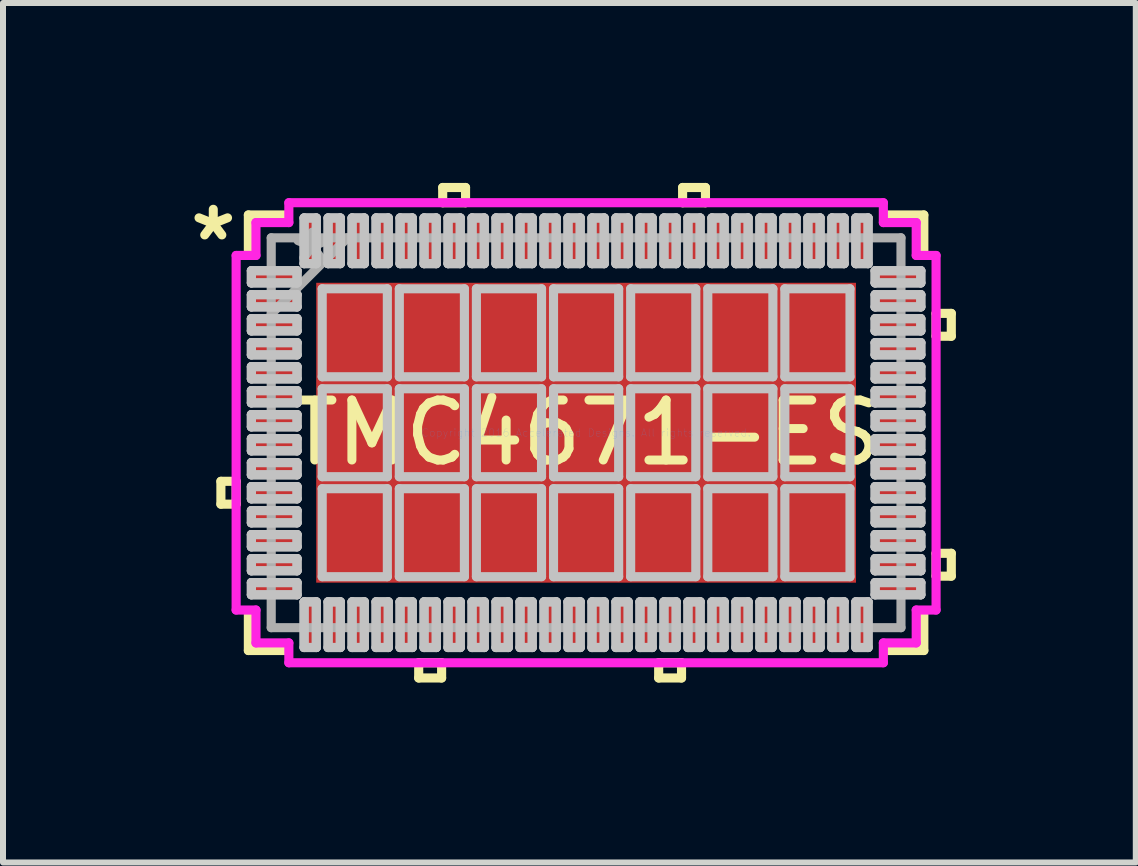
<source format=kicad_pcb>
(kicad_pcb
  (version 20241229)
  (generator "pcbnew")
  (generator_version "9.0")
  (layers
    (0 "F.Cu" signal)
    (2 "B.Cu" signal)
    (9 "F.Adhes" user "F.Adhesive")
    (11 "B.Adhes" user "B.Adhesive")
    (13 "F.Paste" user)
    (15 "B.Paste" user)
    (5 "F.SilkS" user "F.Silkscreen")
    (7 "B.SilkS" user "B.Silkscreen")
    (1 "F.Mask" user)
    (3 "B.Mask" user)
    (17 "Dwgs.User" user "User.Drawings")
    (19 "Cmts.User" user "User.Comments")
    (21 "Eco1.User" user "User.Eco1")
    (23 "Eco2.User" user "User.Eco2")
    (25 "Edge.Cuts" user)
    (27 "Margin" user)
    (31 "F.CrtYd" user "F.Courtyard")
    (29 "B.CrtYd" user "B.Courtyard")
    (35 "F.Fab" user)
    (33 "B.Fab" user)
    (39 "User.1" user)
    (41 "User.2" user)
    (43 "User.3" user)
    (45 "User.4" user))
  (footprint "TMC4671-ES"
    (layer "F.Cu")
    (at 6.722 4.165)
    (property "Reference" "TMC4671-ES" (at 0 0 0) (layer "F.SilkS") (effects (font (size 1 1) (thickness 0.15))))
    (attr through_hole)
    (fp_line (start -6.089 0.81) (end -6.089 1.191) (stroke (width 0.152) (type solid)) (layer "F.SilkS"))
    (fp_line (start -6.089 1.191) (end -5.835 1.191) (stroke (width 0.152) (type solid)) (layer "F.SilkS"))
    (fp_line (start -5.835 0.81) (end -6.089 0.81) (stroke (width 0.152) (type solid)) (layer "F.SilkS"))
    (fp_line (start -5.835 1.191) (end -5.835 0.81) (stroke (width 0.152) (type solid)) (layer "F.SilkS"))
    (fp_line (start -5.631 -3.631) (end -5.631 -3.031) (stroke (width 0.152) (type solid)) (layer "F.SilkS"))
    (fp_line (start -5.631 3.031) (end -5.631 3.631) (stroke (width 0.152) (type solid)) (layer "F.SilkS"))
    (fp_line (start -5.631 3.631) (end -5.031 3.631) (stroke (width 0.152) (type solid)) (layer "F.SilkS"))
    (fp_line (start -5.031 -3.631) (end -5.631 -3.631) (stroke (width 0.152) (type solid)) (layer "F.SilkS"))
    (fp_line (start -2.791 3.835) (end -2.791 4.089) (stroke (width 0.152) (type solid)) (layer "F.SilkS"))
    (fp_line (start -2.791 4.089) (end -2.409 4.089) (stroke (width 0.152) (type solid)) (layer "F.SilkS"))
    (fp_line (start -2.409 3.835) (end -2.791 3.835) (stroke (width 0.152) (type solid)) (layer "F.SilkS"))
    (fp_line (start -2.409 4.089) (end -2.409 3.835) (stroke (width 0.152) (type solid)) (layer "F.SilkS"))
    (fp_line (start -2.391 -4.089) (end -2.01 -4.089) (stroke (width 0.152) (type solid)) (layer "F.SilkS"))
    (fp_line (start -2.391 -3.835) (end -2.391 -4.089) (stroke (width 0.152) (type solid)) (layer "F.SilkS"))
    (fp_line (start -2.01 -4.089) (end -2.01 -3.835) (stroke (width 0.152) (type solid)) (layer "F.SilkS"))
    (fp_line (start -2.01 -3.835) (end -2.391 -3.835) (stroke (width 0.152) (type solid)) (layer "F.SilkS"))
    (fp_line (start 1.21 3.835) (end 1.21 4.089) (stroke (width 0.152) (type solid)) (layer "F.SilkS"))
    (fp_line (start 1.21 4.089) (end 1.591 4.089) (stroke (width 0.152) (type solid)) (layer "F.SilkS"))
    (fp_line (start 1.591 3.835) (end 1.21 3.835) (stroke (width 0.152) (type solid)) (layer "F.SilkS"))
    (fp_line (start 1.591 4.089) (end 1.591 3.835) (stroke (width 0.152) (type solid)) (layer "F.SilkS"))
    (fp_line (start 1.609 -4.089) (end 1.99 -4.089) (stroke (width 0.152) (type solid)) (layer "F.SilkS"))
    (fp_line (start 1.609 -3.835) (end 1.609 -4.089) (stroke (width 0.152) (type solid)) (layer "F.SilkS"))
    (fp_line (start 1.99 -4.089) (end 1.99 -3.835) (stroke (width 0.152) (type solid)) (layer "F.SilkS"))
    (fp_line (start 1.99 -3.835) (end 1.609 -3.835) (stroke (width 0.152) (type solid)) (layer "F.SilkS"))
    (fp_line (start 5.031 3.631) (end 5.631 3.631) (stroke (width 0.152) (type solid)) (layer "F.SilkS"))
    (fp_line (start 5.631 -3.631) (end 5.031 -3.631) (stroke (width 0.152) (type solid)) (layer "F.SilkS"))
    (fp_line (start 5.631 -3.031) (end 5.631 -3.631) (stroke (width 0.152) (type solid)) (layer "F.SilkS"))
    (fp_line (start 5.631 3.631) (end 5.631 3.031) (stroke (width 0.152) (type solid)) (layer "F.SilkS"))
    (fp_line (start 5.835 -1.99) (end 6.089 -1.99) (stroke (width 0.152) (type solid)) (layer "F.SilkS"))
    (fp_line (start 5.835 -1.609) (end 5.835 -1.99) (stroke (width 0.152) (type solid)) (layer "F.SilkS"))
    (fp_line (start 5.835 2.01) (end 6.089 2.01) (stroke (width 0.152) (type solid)) (layer "F.SilkS"))
    (fp_line (start 5.835 2.391) (end 5.835 2.01) (stroke (width 0.152) (type solid)) (layer "F.SilkS"))
    (fp_line (start 6.089 -1.99) (end 6.089 -1.609) (stroke (width 0.152) (type solid)) (layer "F.SilkS"))
    (fp_line (start 6.089 -1.609) (end 5.835 -1.609) (stroke (width 0.152) (type solid)) (layer "F.SilkS"))
    (fp_line (start 6.089 2.01) (end 6.089 2.391) (stroke (width 0.152) (type solid)) (layer "F.SilkS"))
    (fp_line (start 6.089 2.391) (end 5.835 2.391) (stroke (width 0.152) (type solid)) (layer "F.SilkS"))
    (fp_line (start -5.581 -2.702) (end -5.581 -2.498) (stroke (width 0.152) (type solid)) (layer "Dwgs.User"))
    (fp_line (start -5.581 -2.702) (end -5.581 -2.498) (stroke (width 0.152) (type solid)) (layer "Dwgs.User"))
    (fp_line (start -5.581 -2.498) (end -4.819 -2.498) (stroke (width 0.152) (type solid)) (layer "Dwgs.User"))
    (fp_line (start -5.581 -2.498) (end -4.819 -2.498) (stroke (width 0.152) (type solid)) (layer "Dwgs.User"))
    (fp_line (start -5.581 -2.302) (end -5.581 -2.098) (stroke (width 0.152) (type solid)) (layer "Dwgs.User"))
    (fp_line (start -5.581 -2.302) (end -5.581 -2.098) (stroke (width 0.152) (type solid)) (layer "Dwgs.User"))
    (fp_line (start -5.581 -2.098) (end -4.819 -2.098) (stroke (width 0.152) (type solid)) (layer "Dwgs.User"))
    (fp_line (start -5.581 -2.098) (end -4.819 -2.098) (stroke (width 0.152) (type solid)) (layer "Dwgs.User"))
    (fp_line (start -5.581 -1.902) (end -5.581 -1.698) (stroke (width 0.152) (type solid)) (layer "Dwgs.User"))
    (fp_line (start -5.581 -1.902) (end -5.581 -1.698) (stroke (width 0.152) (type solid)) (layer "Dwgs.User"))
    (fp_line (start -5.581 -1.698) (end -4.819 -1.698) (stroke (width 0.152) (type solid)) (layer "Dwgs.User"))
    (fp_line (start -5.581 -1.698) (end -4.819 -1.698) (stroke (width 0.152) (type solid)) (layer "Dwgs.User"))
    (fp_line (start -5.581 -1.502) (end -5.581 -1.298) (stroke (width 0.152) (type solid)) (layer "Dwgs.User"))
    (fp_line (start -5.581 -1.502) (end -5.581 -1.298) (stroke (width 0.152) (type solid)) (layer "Dwgs.User"))
    (fp_line (start -5.581 -1.298) (end -4.819 -1.298) (stroke (width 0.152) (type solid)) (layer "Dwgs.User"))
    (fp_line (start -5.581 -1.298) (end -4.819 -1.298) (stroke (width 0.152) (type solid)) (layer "Dwgs.User"))
    (fp_line (start -5.581 -1.102) (end -5.581 -0.898) (stroke (width 0.152) (type solid)) (layer "Dwgs.User"))
    (fp_line (start -5.581 -1.102) (end -5.581 -0.898) (stroke (width 0.152) (type solid)) (layer "Dwgs.User"))
    (fp_line (start -5.581 -0.898) (end -4.819 -0.898) (stroke (width 0.152) (type solid)) (layer "Dwgs.User"))
    (fp_line (start -5.581 -0.898) (end -4.819 -0.898) (stroke (width 0.152) (type solid)) (layer "Dwgs.User"))
    (fp_line (start -5.581 -0.702) (end -5.581 -0.498) (stroke (width 0.152) (type solid)) (layer "Dwgs.User"))
    (fp_line (start -5.581 -0.702) (end -5.581 -0.498) (stroke (width 0.152) (type solid)) (layer "Dwgs.User"))
    (fp_line (start -5.581 -0.498) (end -4.819 -0.498) (stroke (width 0.152) (type solid)) (layer "Dwgs.User"))
    (fp_line (start -5.581 -0.498) (end -4.819 -0.498) (stroke (width 0.152) (type solid)) (layer "Dwgs.User"))
    (fp_line (start -5.581 -0.302) (end -5.581 -0.098) (stroke (width 0.152) (type solid)) (layer "Dwgs.User"))
    (fp_line (start -5.581 -0.302) (end -5.581 -0.098) (stroke (width 0.152) (type solid)) (layer "Dwgs.User"))
    (fp_line (start -5.581 -0.098) (end -4.819 -0.098) (stroke (width 0.152) (type solid)) (layer "Dwgs.User"))
    (fp_line (start -5.581 -0.098) (end -4.819 -0.098) (stroke (width 0.152) (type solid)) (layer "Dwgs.User"))
    (fp_line (start -5.581 0.098) (end -5.581 0.302) (stroke (width 0.152) (type solid)) (layer "Dwgs.User"))
    (fp_line (start -5.581 0.098) (end -5.581 0.302) (stroke (width 0.152) (type solid)) (layer "Dwgs.User"))
    (fp_line (start -5.581 0.302) (end -4.819 0.302) (stroke (width 0.152) (type solid)) (layer "Dwgs.User"))
    (fp_line (start -5.581 0.302) (end -4.819 0.302) (stroke (width 0.152) (type solid)) (layer "Dwgs.User"))
    (fp_line (start -5.581 0.498) (end -5.581 0.702) (stroke (width 0.152) (type solid)) (layer "Dwgs.User"))
    (fp_line (start -5.581 0.498) (end -5.581 0.702) (stroke (width 0.152) (type solid)) (layer "Dwgs.User"))
    (fp_line (start -5.581 0.702) (end -4.819 0.702) (stroke (width 0.152) (type solid)) (layer "Dwgs.User"))
    (fp_line (start -5.581 0.702) (end -4.819 0.702) (stroke (width 0.152) (type solid)) (layer "Dwgs.User"))
    (fp_line (start -5.581 0.898) (end -5.581 1.102) (stroke (width 0.152) (type solid)) (layer "Dwgs.User"))
    (fp_line (start -5.581 0.898) (end -5.581 1.102) (stroke (width 0.152) (type solid)) (layer "Dwgs.User"))
    (fp_line (start -5.581 1.102) (end -4.819 1.102) (stroke (width 0.152) (type solid)) (layer "Dwgs.User"))
    (fp_line (start -5.581 1.102) (end -4.819 1.102) (stroke (width 0.152) (type solid)) (layer "Dwgs.User"))
    (fp_line (start -5.581 1.298) (end -5.581 1.502) (stroke (width 0.152) (type solid)) (layer "Dwgs.User"))
    (fp_line (start -5.581 1.298) (end -5.581 1.502) (stroke (width 0.152) (type solid)) (layer "Dwgs.User"))
    (fp_line (start -5.581 1.502) (end -4.819 1.502) (stroke (width 0.152) (type solid)) (layer "Dwgs.User"))
    (fp_line (start -5.581 1.502) (end -4.819 1.502) (stroke (width 0.152) (type solid)) (layer "Dwgs.User"))
    (fp_line (start -5.581 1.698) (end -5.581 1.902) (stroke (width 0.152) (type solid)) (layer "Dwgs.User"))
    (fp_line (start -5.581 1.698) (end -5.581 1.902) (stroke (width 0.152) (type solid)) (layer "Dwgs.User"))
    (fp_line (start -5.581 1.902) (end -4.819 1.902) (stroke (width 0.152) (type solid)) (layer "Dwgs.User"))
    (fp_line (start -5.581 1.902) (end -4.819 1.902) (stroke (width 0.152) (type solid)) (layer "Dwgs.User"))
    (fp_line (start -5.581 2.098) (end -5.581 2.302) (stroke (width 0.152) (type solid)) (layer "Dwgs.User"))
    (fp_line (start -5.581 2.098) (end -5.581 2.302) (stroke (width 0.152) (type solid)) (layer "Dwgs.User"))
    (fp_line (start -5.581 2.302) (end -4.819 2.302) (stroke (width 0.152) (type solid)) (layer "Dwgs.User"))
    (fp_line (start -5.581 2.302) (end -4.819 2.302) (stroke (width 0.152) (type solid)) (layer "Dwgs.User"))
    (fp_line (start -5.581 2.498) (end -5.581 2.702) (stroke (width 0.152) (type solid)) (layer "Dwgs.User"))
    (fp_line (start -5.581 2.498) (end -5.581 2.702) (stroke (width 0.152) (type solid)) (layer "Dwgs.User"))
    (fp_line (start -5.581 2.702) (end -4.819 2.702) (stroke (width 0.152) (type solid)) (layer "Dwgs.User"))
    (fp_line (start -5.581 2.702) (end -4.819 2.702) (stroke (width 0.152) (type solid)) (layer "Dwgs.User"))
    (fp_line (start -4.819 -2.702) (end -5.581 -2.702) (stroke (width 0.152) (type solid)) (layer "Dwgs.User"))
    (fp_line (start -4.819 -2.702) (end -5.581 -2.702) (stroke (width 0.152) (type solid)) (layer "Dwgs.User"))
    (fp_line (start -4.819 -2.498) (end -4.819 -2.702) (stroke (width 0.152) (type solid)) (layer "Dwgs.User"))
    (fp_line (start -4.819 -2.498) (end -4.819 -2.702) (stroke (width 0.152) (type solid)) (layer "Dwgs.User"))
    (fp_line (start -4.819 -2.302) (end -5.581 -2.302) (stroke (width 0.152) (type solid)) (layer "Dwgs.User"))
    (fp_line (start -4.819 -2.302) (end -5.581 -2.302) (stroke (width 0.152) (type solid)) (layer "Dwgs.User"))
    (fp_line (start -4.819 -2.098) (end -4.819 -2.302) (stroke (width 0.152) (type solid)) (layer "Dwgs.User"))
    (fp_line (start -4.819 -2.098) (end -4.819 -2.302) (stroke (width 0.152) (type solid)) (layer "Dwgs.User"))
    (fp_line (start -4.819 -1.902) (end -5.581 -1.902) (stroke (width 0.152) (type solid)) (layer "Dwgs.User"))
    (fp_line (start -4.819 -1.902) (end -5.581 -1.902) (stroke (width 0.152) (type solid)) (layer "Dwgs.User"))
    (fp_line (start -4.819 -1.698) (end -4.819 -1.902) (stroke (width 0.152) (type solid)) (layer "Dwgs.User"))
    (fp_line (start -4.819 -1.698) (end -4.819 -1.902) (stroke (width 0.152) (type solid)) (layer "Dwgs.User"))
    (fp_line (start -4.819 -1.502) (end -5.581 -1.502) (stroke (width 0.152) (type solid)) (layer "Dwgs.User"))
    (fp_line (start -4.819 -1.502) (end -5.581 -1.502) (stroke (width 0.152) (type solid)) (layer "Dwgs.User"))
    (fp_line (start -4.819 -1.298) (end -4.819 -1.502) (stroke (width 0.152) (type solid)) (layer "Dwgs.User"))
    (fp_line (start -4.819 -1.298) (end -4.819 -1.502) (stroke (width 0.152) (type solid)) (layer "Dwgs.User"))
    (fp_line (start -4.819 -1.102) (end -5.581 -1.102) (stroke (width 0.152) (type solid)) (layer "Dwgs.User"))
    (fp_line (start -4.819 -1.102) (end -5.581 -1.102) (stroke (width 0.152) (type solid)) (layer "Dwgs.User"))
    (fp_line (start -4.819 -0.898) (end -4.819 -1.102) (stroke (width 0.152) (type solid)) (layer "Dwgs.User"))
    (fp_line (start -4.819 -0.898) (end -4.819 -1.102) (stroke (width 0.152) (type solid)) (layer "Dwgs.User"))
    (fp_line (start -4.819 -0.702) (end -5.581 -0.702) (stroke (width 0.152) (type solid)) (layer "Dwgs.User"))
    (fp_line (start -4.819 -0.702) (end -5.581 -0.702) (stroke (width 0.152) (type solid)) (layer "Dwgs.User"))
    (fp_line (start -4.819 -0.498) (end -4.819 -0.702) (stroke (width 0.152) (type solid)) (layer "Dwgs.User"))
    (fp_line (start -4.819 -0.498) (end -4.819 -0.702) (stroke (width 0.152) (type solid)) (layer "Dwgs.User"))
    (fp_line (start -4.819 -0.302) (end -5.581 -0.302) (stroke (width 0.152) (type solid)) (layer "Dwgs.User"))
    (fp_line (start -4.819 -0.302) (end -5.581 -0.302) (stroke (width 0.152) (type solid)) (layer "Dwgs.User"))
    (fp_line (start -4.819 -0.098) (end -4.819 -0.302) (stroke (width 0.152) (type solid)) (layer "Dwgs.User"))
    (fp_line (start -4.819 -0.098) (end -4.819 -0.302) (stroke (width 0.152) (type solid)) (layer "Dwgs.User"))
    (fp_line (start -4.819 0.098) (end -5.581 0.098) (stroke (width 0.152) (type solid)) (layer "Dwgs.User"))
    (fp_line (start -4.819 0.098) (end -5.581 0.098) (stroke (width 0.152) (type solid)) (layer "Dwgs.User"))
    (fp_line (start -4.819 0.302) (end -4.819 0.098) (stroke (width 0.152) (type solid)) (layer "Dwgs.User"))
    (fp_line (start -4.819 0.302) (end -4.819 0.098) (stroke (width 0.152) (type solid)) (layer "Dwgs.User"))
    (fp_line (start -4.819 0.498) (end -5.581 0.498) (stroke (width 0.152) (type solid)) (layer "Dwgs.User"))
    (fp_line (start -4.819 0.498) (end -5.581 0.498) (stroke (width 0.152) (type solid)) (layer "Dwgs.User"))
    (fp_line (start -4.819 0.702) (end -4.819 0.498) (stroke (width 0.152) (type solid)) (layer "Dwgs.User"))
    (fp_line (start -4.819 0.702) (end -4.819 0.498) (stroke (width 0.152) (type solid)) (layer "Dwgs.User"))
    (fp_line (start -4.819 0.898) (end -5.581 0.898) (stroke (width 0.152) (type solid)) (layer "Dwgs.User"))
    (fp_line (start -4.819 0.898) (end -5.581 0.898) (stroke (width 0.152) (type solid)) (layer "Dwgs.User"))
    (fp_line (start -4.819 1.102) (end -4.819 0.898) (stroke (width 0.152) (type solid)) (layer "Dwgs.User"))
    (fp_line (start -4.819 1.102) (end -4.819 0.898) (stroke (width 0.152) (type solid)) (layer "Dwgs.User"))
    (fp_line (start -4.819 1.298) (end -5.581 1.298) (stroke (width 0.152) (type solid)) (layer "Dwgs.User"))
    (fp_line (start -4.819 1.298) (end -5.581 1.298) (stroke (width 0.152) (type solid)) (layer "Dwgs.User"))
    (fp_line (start -4.819 1.502) (end -4.819 1.298) (stroke (width 0.152) (type solid)) (layer "Dwgs.User"))
    (fp_line (start -4.819 1.502) (end -4.819 1.298) (stroke (width 0.152) (type solid)) (layer "Dwgs.User"))
    (fp_line (start -4.819 1.698) (end -5.581 1.698) (stroke (width 0.152) (type solid)) (layer "Dwgs.User"))
    (fp_line (start -4.819 1.698) (end -5.581 1.698) (stroke (width 0.152) (type solid)) (layer "Dwgs.User"))
    (fp_line (start -4.819 1.902) (end -4.819 1.698) (stroke (width 0.152) (type solid)) (layer "Dwgs.User"))
    (fp_line (start -4.819 1.902) (end -4.819 1.698) (stroke (width 0.152) (type solid)) (layer "Dwgs.User"))
    (fp_line (start -4.819 2.098) (end -5.581 2.098) (stroke (width 0.152) (type solid)) (layer "Dwgs.User"))
    (fp_line (start -4.819 2.098) (end -5.581 2.098) (stroke (width 0.152) (type solid)) (layer "Dwgs.User"))
    (fp_line (start -4.819 2.302) (end -4.819 2.098) (stroke (width 0.152) (type solid)) (layer "Dwgs.User"))
    (fp_line (start -4.819 2.302) (end -4.819 2.098) (stroke (width 0.152) (type solid)) (layer "Dwgs.User"))
    (fp_line (start -4.819 2.498) (end -5.581 2.498) (stroke (width 0.152) (type solid)) (layer "Dwgs.User"))
    (fp_line (start -4.819 2.498) (end -5.581 2.498) (stroke (width 0.152) (type solid)) (layer "Dwgs.User"))
    (fp_line (start -4.819 2.702) (end -4.819 2.498) (stroke (width 0.152) (type solid)) (layer "Dwgs.User"))
    (fp_line (start -4.819 2.702) (end -4.819 2.498) (stroke (width 0.152) (type solid)) (layer "Dwgs.User"))
    (fp_line (start -4.702 -3.581) (end -4.702 -2.819) (stroke (width 0.152) (type solid)) (layer "Dwgs.User"))
    (fp_line (start -4.702 -3.581) (end -4.702 -2.819) (stroke (width 0.152) (type solid)) (layer "Dwgs.User"))
    (fp_line (start -4.702 -2.819) (end -4.498 -2.819) (stroke (width 0.152) (type solid)) (layer "Dwgs.User"))
    (fp_line (start -4.702 -2.819) (end -4.498 -2.819) (stroke (width 0.152) (type solid)) (layer "Dwgs.User"))
    (fp_line (start -4.702 2.819) (end -4.702 3.581) (stroke (width 0.152) (type solid)) (layer "Dwgs.User"))
    (fp_line (start -4.702 2.819) (end -4.702 3.581) (stroke (width 0.152) (type solid)) (layer "Dwgs.User"))
    (fp_line (start -4.702 3.581) (end -4.498 3.581) (stroke (width 0.152) (type solid)) (layer "Dwgs.User"))
    (fp_line (start -4.702 3.581) (end -4.498 3.581) (stroke (width 0.152) (type solid)) (layer "Dwgs.User"))
    (fp_line (start -4.498 -3.581) (end -4.702 -3.581) (stroke (width 0.152) (type solid)) (layer "Dwgs.User"))
    (fp_line (start -4.498 -3.581) (end -4.702 -3.581) (stroke (width 0.152) (type solid)) (layer "Dwgs.User"))
    (fp_line (start -4.498 -2.819) (end -4.498 -3.581) (stroke (width 0.152) (type solid)) (layer "Dwgs.User"))
    (fp_line (start -4.498 -2.819) (end -4.498 -3.581) (stroke (width 0.152) (type solid)) (layer "Dwgs.User"))
    (fp_line (start -4.498 2.819) (end -4.702 2.819) (stroke (width 0.152) (type solid)) (layer "Dwgs.User"))
    (fp_line (start -4.498 2.819) (end -4.702 2.819) (stroke (width 0.152) (type solid)) (layer "Dwgs.User"))
    (fp_line (start -4.498 3.581) (end -4.498 2.819) (stroke (width 0.152) (type solid)) (layer "Dwgs.User"))
    (fp_line (start -4.498 3.581) (end -4.498 2.819) (stroke (width 0.152) (type solid)) (layer "Dwgs.User"))
    (fp_line (start -4.4 -2.4) (end -4.4 -0.933) (stroke (width 0.152) (type solid)) (layer "Dwgs.User"))
    (fp_line (start -4.4 -0.933) (end -3.314 -0.933) (stroke (width 0.152) (type solid)) (layer "Dwgs.User"))
    (fp_line (start -4.4 -0.733) (end -4.4 0.733) (stroke (width 0.152) (type solid)) (layer "Dwgs.User"))
    (fp_line (start -4.4 0.733) (end -3.314 0.733) (stroke (width 0.152) (type solid)) (layer "Dwgs.User"))
    (fp_line (start -4.4 0.933) (end -4.4 2.4) (stroke (width 0.152) (type solid)) (layer "Dwgs.User"))
    (fp_line (start -4.4 2.4) (end -3.314 2.4) (stroke (width 0.152) (type solid)) (layer "Dwgs.User"))
    (fp_line (start -4.302 -3.581) (end -4.302 -2.819) (stroke (width 0.152) (type solid)) (layer "Dwgs.User"))
    (fp_line (start -4.302 -3.581) (end -4.302 -2.819) (stroke (width 0.152) (type solid)) (layer "Dwgs.User"))
    (fp_line (start -4.302 -2.819) (end -4.098 -2.819) (stroke (width 0.152) (type solid)) (layer "Dwgs.User"))
    (fp_line (start -4.302 -2.819) (end -4.098 -2.819) (stroke (width 0.152) (type solid)) (layer "Dwgs.User"))
    (fp_line (start -4.302 2.819) (end -4.302 3.581) (stroke (width 0.152) (type solid)) (layer "Dwgs.User"))
    (fp_line (start -4.302 2.819) (end -4.302 3.581) (stroke (width 0.152) (type solid)) (layer "Dwgs.User"))
    (fp_line (start -4.302 3.581) (end -4.098 3.581) (stroke (width 0.152) (type solid)) (layer "Dwgs.User"))
    (fp_line (start -4.302 3.581) (end -4.098 3.581) (stroke (width 0.152) (type solid)) (layer "Dwgs.User"))
    (fp_line (start -4.098 -3.581) (end -4.302 -3.581) (stroke (width 0.152) (type solid)) (layer "Dwgs.User"))
    (fp_line (start -4.098 -3.581) (end -4.302 -3.581) (stroke (width 0.152) (type solid)) (layer "Dwgs.User"))
    (fp_line (start -4.098 -2.819) (end -4.098 -3.581) (stroke (width 0.152) (type solid)) (layer "Dwgs.User"))
    (fp_line (start -4.098 -2.819) (end -4.098 -3.581) (stroke (width 0.152) (type solid)) (layer "Dwgs.User"))
    (fp_line (start -4.098 2.819) (end -4.302 2.819) (stroke (width 0.152) (type solid)) (layer "Dwgs.User"))
    (fp_line (start -4.098 2.819) (end -4.302 2.819) (stroke (width 0.152) (type solid)) (layer "Dwgs.User"))
    (fp_line (start -4.098 3.581) (end -4.098 2.819) (stroke (width 0.152) (type solid)) (layer "Dwgs.User"))
    (fp_line (start -4.098 3.581) (end -4.098 2.819) (stroke (width 0.152) (type solid)) (layer "Dwgs.User"))
    (fp_line (start -3.902 -3.581) (end -3.902 -2.819) (stroke (width 0.152) (type solid)) (layer "Dwgs.User"))
    (fp_line (start -3.902 -3.581) (end -3.902 -2.819) (stroke (width 0.152) (type solid)) (layer "Dwgs.User"))
    (fp_line (start -3.902 -2.819) (end -3.698 -2.819) (stroke (width 0.152) (type solid)) (layer "Dwgs.User"))
    (fp_line (start -3.902 -2.819) (end -3.698 -2.819) (stroke (width 0.152) (type solid)) (layer "Dwgs.User"))
    (fp_line (start -3.902 2.819) (end -3.902 3.581) (stroke (width 0.152) (type solid)) (layer "Dwgs.User"))
    (fp_line (start -3.902 2.819) (end -3.902 3.581) (stroke (width 0.152) (type solid)) (layer "Dwgs.User"))
    (fp_line (start -3.902 3.581) (end -3.698 3.581) (stroke (width 0.152) (type solid)) (layer "Dwgs.User"))
    (fp_line (start -3.902 3.581) (end -3.698 3.581) (stroke (width 0.152) (type solid)) (layer "Dwgs.User"))
    (fp_line (start -3.698 -3.581) (end -3.902 -3.581) (stroke (width 0.152) (type solid)) (layer "Dwgs.User"))
    (fp_line (start -3.698 -3.581) (end -3.902 -3.581) (stroke (width 0.152) (type solid)) (layer "Dwgs.User"))
    (fp_line (start -3.698 -2.819) (end -3.698 -3.581) (stroke (width 0.152) (type solid)) (layer "Dwgs.User"))
    (fp_line (start -3.698 -2.819) (end -3.698 -3.581) (stroke (width 0.152) (type solid)) (layer "Dwgs.User"))
    (fp_line (start -3.698 2.819) (end -3.902 2.819) (stroke (width 0.152) (type solid)) (layer "Dwgs.User"))
    (fp_line (start -3.698 2.819) (end -3.902 2.819) (stroke (width 0.152) (type solid)) (layer "Dwgs.User"))
    (fp_line (start -3.698 3.581) (end -3.698 2.819) (stroke (width 0.152) (type solid)) (layer "Dwgs.User"))
    (fp_line (start -3.698 3.581) (end -3.698 2.819) (stroke (width 0.152) (type solid)) (layer "Dwgs.User"))
    (fp_line (start -3.502 -3.581) (end -3.502 -2.819) (stroke (width 0.152) (type solid)) (layer "Dwgs.User"))
    (fp_line (start -3.502 -3.581) (end -3.502 -2.819) (stroke (width 0.152) (type solid)) (layer "Dwgs.User"))
    (fp_line (start -3.502 -2.819) (end -3.298 -2.819) (stroke (width 0.152) (type solid)) (layer "Dwgs.User"))
    (fp_line (start -3.502 -2.819) (end -3.298 -2.819) (stroke (width 0.152) (type solid)) (layer "Dwgs.User"))
    (fp_line (start -3.502 2.819) (end -3.502 3.581) (stroke (width 0.152) (type solid)) (layer "Dwgs.User"))
    (fp_line (start -3.502 2.819) (end -3.502 3.581) (stroke (width 0.152) (type solid)) (layer "Dwgs.User"))
    (fp_line (start -3.502 3.581) (end -3.298 3.581) (stroke (width 0.152) (type solid)) (layer "Dwgs.User"))
    (fp_line (start -3.502 3.581) (end -3.298 3.581) (stroke (width 0.152) (type solid)) (layer "Dwgs.User"))
    (fp_line (start -3.314 -2.4) (end -4.4 -2.4) (stroke (width 0.152) (type solid)) (layer "Dwgs.User"))
    (fp_line (start -3.314 -0.933) (end -3.314 -2.4) (stroke (width 0.152) (type solid)) (layer "Dwgs.User"))
    (fp_line (start -3.314 -0.733) (end -4.4 -0.733) (stroke (width 0.152) (type solid)) (layer "Dwgs.User"))
    (fp_line (start -3.314 0.733) (end -3.314 -0.733) (stroke (width 0.152) (type solid)) (layer "Dwgs.User"))
    (fp_line (start -3.314 0.933) (end -4.4 0.933) (stroke (width 0.152) (type solid)) (layer "Dwgs.User"))
    (fp_line (start -3.314 2.4) (end -3.314 0.933) (stroke (width 0.152) (type solid)) (layer "Dwgs.User"))
    (fp_line (start -3.298 -3.581) (end -3.502 -3.581) (stroke (width 0.152) (type solid)) (layer "Dwgs.User"))
    (fp_line (start -3.298 -3.581) (end -3.502 -3.581) (stroke (width 0.152) (type solid)) (layer "Dwgs.User"))
    (fp_line (start -3.298 -2.819) (end -3.298 -3.581) (stroke (width 0.152) (type solid)) (layer "Dwgs.User"))
    (fp_line (start -3.298 -2.819) (end -3.298 -3.581) (stroke (width 0.152) (type solid)) (layer "Dwgs.User"))
    (fp_line (start -3.298 2.819) (end -3.502 2.819) (stroke (width 0.152) (type solid)) (layer "Dwgs.User"))
    (fp_line (start -3.298 2.819) (end -3.502 2.819) (stroke (width 0.152) (type solid)) (layer "Dwgs.User"))
    (fp_line (start -3.298 3.581) (end -3.298 2.819) (stroke (width 0.152) (type solid)) (layer "Dwgs.User"))
    (fp_line (start -3.298 3.581) (end -3.298 2.819) (stroke (width 0.152) (type solid)) (layer "Dwgs.User"))
    (fp_line (start -3.114 -2.4) (end -3.114 -0.933) (stroke (width 0.152) (type solid)) (layer "Dwgs.User"))
    (fp_line (start -3.114 -0.933) (end -2.029 -0.933) (stroke (width 0.152) (type solid)) (layer "Dwgs.User"))
    (fp_line (start -3.114 -0.733) (end -3.114 0.733) (stroke (width 0.152) (type solid)) (layer "Dwgs.User"))
    (fp_line (start -3.114 0.733) (end -2.029 0.733) (stroke (width 0.152) (type solid)) (layer "Dwgs.User"))
    (fp_line (start -3.114 0.933) (end -3.114 2.4) (stroke (width 0.152) (type solid)) (layer "Dwgs.User"))
    (fp_line (start -3.114 2.4) (end -2.029 2.4) (stroke (width 0.152) (type solid)) (layer "Dwgs.User"))
    (fp_line (start -3.102 -3.581) (end -3.102 -2.819) (stroke (width 0.152) (type solid)) (layer "Dwgs.User"))
    (fp_line (start -3.102 -3.581) (end -3.102 -2.819) (stroke (width 0.152) (type solid)) (layer "Dwgs.User"))
    (fp_line (start -3.102 -2.819) (end -2.898 -2.819) (stroke (width 0.152) (type solid)) (layer "Dwgs.User"))
    (fp_line (start -3.102 -2.819) (end -2.898 -2.819) (stroke (width 0.152) (type solid)) (layer "Dwgs.User"))
    (fp_line (start -3.102 2.819) (end -3.102 3.581) (stroke (width 0.152) (type solid)) (layer "Dwgs.User"))
    (fp_line (start -3.102 2.819) (end -3.102 3.581) (stroke (width 0.152) (type solid)) (layer "Dwgs.User"))
    (fp_line (start -3.102 3.581) (end -2.898 3.581) (stroke (width 0.152) (type solid)) (layer "Dwgs.User"))
    (fp_line (start -3.102 3.581) (end -2.898 3.581) (stroke (width 0.152) (type solid)) (layer "Dwgs.User"))
    (fp_line (start -2.898 -3.581) (end -3.102 -3.581) (stroke (width 0.152) (type solid)) (layer "Dwgs.User"))
    (fp_line (start -2.898 -3.581) (end -3.102 -3.581) (stroke (width 0.152) (type solid)) (layer "Dwgs.User"))
    (fp_line (start -2.898 -2.819) (end -2.898 -3.581) (stroke (width 0.152) (type solid)) (layer "Dwgs.User"))
    (fp_line (start -2.898 -2.819) (end -2.898 -3.581) (stroke (width 0.152) (type solid)) (layer "Dwgs.User"))
    (fp_line (start -2.898 2.819) (end -3.102 2.819) (stroke (width 0.152) (type solid)) (layer "Dwgs.User"))
    (fp_line (start -2.898 2.819) (end -3.102 2.819) (stroke (width 0.152) (type solid)) (layer "Dwgs.User"))
    (fp_line (start -2.898 3.581) (end -2.898 2.819) (stroke (width 0.152) (type solid)) (layer "Dwgs.User"))
    (fp_line (start -2.898 3.581) (end -2.898 2.819) (stroke (width 0.152) (type solid)) (layer "Dwgs.User"))
    (fp_line (start -2.702 -3.581) (end -2.702 -2.819) (stroke (width 0.152) (type solid)) (layer "Dwgs.User"))
    (fp_line (start -2.702 -3.581) (end -2.702 -2.819) (stroke (width 0.152) (type solid)) (layer "Dwgs.User"))
    (fp_line (start -2.702 -2.819) (end -2.498 -2.819) (stroke (width 0.152) (type solid)) (layer "Dwgs.User"))
    (fp_line (start -2.702 -2.819) (end -2.498 -2.819) (stroke (width 0.152) (type solid)) (layer "Dwgs.User"))
    (fp_line (start -2.702 2.819) (end -2.702 3.581) (stroke (width 0.152) (type solid)) (layer "Dwgs.User"))
    (fp_line (start -2.702 2.819) (end -2.702 3.581) (stroke (width 0.152) (type solid)) (layer "Dwgs.User"))
    (fp_line (start -2.702 3.581) (end -2.498 3.581) (stroke (width 0.152) (type solid)) (layer "Dwgs.User"))
    (fp_line (start -2.702 3.581) (end -2.498 3.581) (stroke (width 0.152) (type solid)) (layer "Dwgs.User"))
    (fp_line (start -2.498 -3.581) (end -2.702 -3.581) (stroke (width 0.152) (type solid)) (layer "Dwgs.User"))
    (fp_line (start -2.498 -3.581) (end -2.702 -3.581) (stroke (width 0.152) (type solid)) (layer "Dwgs.User"))
    (fp_line (start -2.498 -2.819) (end -2.498 -3.581) (stroke (width 0.152) (type solid)) (layer "Dwgs.User"))
    (fp_line (start -2.498 -2.819) (end -2.498 -3.581) (stroke (width 0.152) (type solid)) (layer "Dwgs.User"))
    (fp_line (start -2.498 2.819) (end -2.702 2.819) (stroke (width 0.152) (type solid)) (layer "Dwgs.User"))
    (fp_line (start -2.498 2.819) (end -2.702 2.819) (stroke (width 0.152) (type solid)) (layer "Dwgs.User"))
    (fp_line (start -2.498 3.581) (end -2.498 2.819) (stroke (width 0.152) (type solid)) (layer "Dwgs.User"))
    (fp_line (start -2.498 3.581) (end -2.498 2.819) (stroke (width 0.152) (type solid)) (layer "Dwgs.User"))
    (fp_line (start -2.302 -3.581) (end -2.302 -2.819) (stroke (width 0.152) (type solid)) (layer "Dwgs.User"))
    (fp_line (start -2.302 -3.581) (end -2.302 -2.819) (stroke (width 0.152) (type solid)) (layer "Dwgs.User"))
    (fp_line (start -2.302 -2.819) (end -2.098 -2.819) (stroke (width 0.152) (type solid)) (layer "Dwgs.User"))
    (fp_line (start -2.302 -2.819) (end -2.098 -2.819) (stroke (width 0.152) (type solid)) (layer "Dwgs.User"))
    (fp_line (start -2.302 2.819) (end -2.302 3.581) (stroke (width 0.152) (type solid)) (layer "Dwgs.User"))
    (fp_line (start -2.302 2.819) (end -2.302 3.581) (stroke (width 0.152) (type solid)) (layer "Dwgs.User"))
    (fp_line (start -2.302 3.581) (end -2.098 3.581) (stroke (width 0.152) (type solid)) (layer "Dwgs.User"))
    (fp_line (start -2.302 3.581) (end -2.098 3.581) (stroke (width 0.152) (type solid)) (layer "Dwgs.User"))
    (fp_line (start -2.098 -3.581) (end -2.302 -3.581) (stroke (width 0.152) (type solid)) (layer "Dwgs.User"))
    (fp_line (start -2.098 -3.581) (end -2.302 -3.581) (stroke (width 0.152) (type solid)) (layer "Dwgs.User"))
    (fp_line (start -2.098 -2.819) (end -2.098 -3.581) (stroke (width 0.152) (type solid)) (layer "Dwgs.User"))
    (fp_line (start -2.098 -2.819) (end -2.098 -3.581) (stroke (width 0.152) (type solid)) (layer "Dwgs.User"))
    (fp_line (start -2.098 2.819) (end -2.302 2.819) (stroke (width 0.152) (type solid)) (layer "Dwgs.User"))
    (fp_line (start -2.098 2.819) (end -2.302 2.819) (stroke (width 0.152) (type solid)) (layer "Dwgs.User"))
    (fp_line (start -2.098 3.581) (end -2.098 2.819) (stroke (width 0.152) (type solid)) (layer "Dwgs.User"))
    (fp_line (start -2.098 3.581) (end -2.098 2.819) (stroke (width 0.152) (type solid)) (layer "Dwgs.User"))
    (fp_line (start -2.029 -2.4) (end -3.114 -2.4) (stroke (width 0.152) (type solid)) (layer "Dwgs.User"))
    (fp_line (start -2.029 -0.933) (end -2.029 -2.4) (stroke (width 0.152) (type solid)) (layer "Dwgs.User"))
    (fp_line (start -2.029 -0.733) (end -3.114 -0.733) (stroke (width 0.152) (type solid)) (layer "Dwgs.User"))
    (fp_line (start -2.029 0.733) (end -2.029 -0.733) (stroke (width 0.152) (type solid)) (layer "Dwgs.User"))
    (fp_line (start -2.029 0.933) (end -3.114 0.933) (stroke (width 0.152) (type solid)) (layer "Dwgs.User"))
    (fp_line (start -2.029 2.4) (end -2.029 0.933) (stroke (width 0.152) (type solid)) (layer "Dwgs.User"))
    (fp_line (start -1.902 -3.581) (end -1.902 -2.819) (stroke (width 0.152) (type solid)) (layer "Dwgs.User"))
    (fp_line (start -1.902 -3.581) (end -1.902 -2.819) (stroke (width 0.152) (type solid)) (layer "Dwgs.User"))
    (fp_line (start -1.902 -2.819) (end -1.698 -2.819) (stroke (width 0.152) (type solid)) (layer "Dwgs.User"))
    (fp_line (start -1.902 -2.819) (end -1.698 -2.819) (stroke (width 0.152) (type solid)) (layer "Dwgs.User"))
    (fp_line (start -1.902 2.819) (end -1.902 3.581) (stroke (width 0.152) (type solid)) (layer "Dwgs.User"))
    (fp_line (start -1.902 2.819) (end -1.902 3.581) (stroke (width 0.152) (type solid)) (layer "Dwgs.User"))
    (fp_line (start -1.902 3.581) (end -1.698 3.581) (stroke (width 0.152) (type solid)) (layer "Dwgs.User"))
    (fp_line (start -1.902 3.581) (end -1.698 3.581) (stroke (width 0.152) (type solid)) (layer "Dwgs.User"))
    (fp_line (start -1.829 -2.4) (end -1.829 -0.933) (stroke (width 0.152) (type solid)) (layer "Dwgs.User"))
    (fp_line (start -1.829 -0.933) (end -0.743 -0.933) (stroke (width 0.152) (type solid)) (layer "Dwgs.User"))
    (fp_line (start -1.829 -0.733) (end -1.829 0.733) (stroke (width 0.152) (type solid)) (layer "Dwgs.User"))
    (fp_line (start -1.829 0.733) (end -0.743 0.733) (stroke (width 0.152) (type solid)) (layer "Dwgs.User"))
    (fp_line (start -1.829 0.933) (end -1.829 2.4) (stroke (width 0.152) (type solid)) (layer "Dwgs.User"))
    (fp_line (start -1.829 2.4) (end -0.743 2.4) (stroke (width 0.152) (type solid)) (layer "Dwgs.User"))
    (fp_line (start -1.698 -3.581) (end -1.902 -3.581) (stroke (width 0.152) (type solid)) (layer "Dwgs.User"))
    (fp_line (start -1.698 -3.581) (end -1.902 -3.581) (stroke (width 0.152) (type solid)) (layer "Dwgs.User"))
    (fp_line (start -1.698 -2.819) (end -1.698 -3.581) (stroke (width 0.152) (type solid)) (layer "Dwgs.User"))
    (fp_line (start -1.698 -2.819) (end -1.698 -3.581) (stroke (width 0.152) (type solid)) (layer "Dwgs.User"))
    (fp_line (start -1.698 2.819) (end -1.902 2.819) (stroke (width 0.152) (type solid)) (layer "Dwgs.User"))
    (fp_line (start -1.698 2.819) (end -1.902 2.819) (stroke (width 0.152) (type solid)) (layer "Dwgs.User"))
    (fp_line (start -1.698 3.581) (end -1.698 2.819) (stroke (width 0.152) (type solid)) (layer "Dwgs.User"))
    (fp_line (start -1.698 3.581) (end -1.698 2.819) (stroke (width 0.152) (type solid)) (layer "Dwgs.User"))
    (fp_line (start -1.502 -3.581) (end -1.502 -2.819) (stroke (width 0.152) (type solid)) (layer "Dwgs.User"))
    (fp_line (start -1.502 -3.581) (end -1.502 -2.819) (stroke (width 0.152) (type solid)) (layer "Dwgs.User"))
    (fp_line (start -1.502 -2.819) (end -1.298 -2.819) (stroke (width 0.152) (type solid)) (layer "Dwgs.User"))
    (fp_line (start -1.502 -2.819) (end -1.298 -2.819) (stroke (width 0.152) (type solid)) (layer "Dwgs.User"))
    (fp_line (start -1.502 2.819) (end -1.502 3.581) (stroke (width 0.152) (type solid)) (layer "Dwgs.User"))
    (fp_line (start -1.502 2.819) (end -1.502 3.581) (stroke (width 0.152) (type solid)) (layer "Dwgs.User"))
    (fp_line (start -1.502 3.581) (end -1.298 3.581) (stroke (width 0.152) (type solid)) (layer "Dwgs.User"))
    (fp_line (start -1.502 3.581) (end -1.298 3.581) (stroke (width 0.152) (type solid)) (layer "Dwgs.User"))
    (fp_line (start -1.298 -3.581) (end -1.502 -3.581) (stroke (width 0.152) (type solid)) (layer "Dwgs.User"))
    (fp_line (start -1.298 -3.581) (end -1.502 -3.581) (stroke (width 0.152) (type solid)) (layer "Dwgs.User"))
    (fp_line (start -1.298 -2.819) (end -1.298 -3.581) (stroke (width 0.152) (type solid)) (layer "Dwgs.User"))
    (fp_line (start -1.298 -2.819) (end -1.298 -3.581) (stroke (width 0.152) (type solid)) (layer "Dwgs.User"))
    (fp_line (start -1.298 2.819) (end -1.502 2.819) (stroke (width 0.152) (type solid)) (layer "Dwgs.User"))
    (fp_line (start -1.298 2.819) (end -1.502 2.819) (stroke (width 0.152) (type solid)) (layer "Dwgs.User"))
    (fp_line (start -1.298 3.581) (end -1.298 2.819) (stroke (width 0.152) (type solid)) (layer "Dwgs.User"))
    (fp_line (start -1.298 3.581) (end -1.298 2.819) (stroke (width 0.152) (type solid)) (layer "Dwgs.User"))
    (fp_line (start -1.102 -3.581) (end -1.102 -2.819) (stroke (width 0.152) (type solid)) (layer "Dwgs.User"))
    (fp_line (start -1.102 -3.581) (end -1.102 -2.819) (stroke (width 0.152) (type solid)) (layer "Dwgs.User"))
    (fp_line (start -1.102 -2.819) (end -0.898 -2.819) (stroke (width 0.152) (type solid)) (layer "Dwgs.User"))
    (fp_line (start -1.102 -2.819) (end -0.898 -2.819) (stroke (width 0.152) (type solid)) (layer "Dwgs.User"))
    (fp_line (start -1.102 2.819) (end -1.102 3.581) (stroke (width 0.152) (type solid)) (layer "Dwgs.User"))
    (fp_line (start -1.102 2.819) (end -1.102 3.581) (stroke (width 0.152) (type solid)) (layer "Dwgs.User"))
    (fp_line (start -1.102 3.581) (end -0.898 3.581) (stroke (width 0.152) (type solid)) (layer "Dwgs.User"))
    (fp_line (start -1.102 3.581) (end -0.898 3.581) (stroke (width 0.152) (type solid)) (layer "Dwgs.User"))
    (fp_line (start -0.898 -3.581) (end -1.102 -3.581) (stroke (width 0.152) (type solid)) (layer "Dwgs.User"))
    (fp_line (start -0.898 -3.581) (end -1.102 -3.581) (stroke (width 0.152) (type solid)) (layer "Dwgs.User"))
    (fp_line (start -0.898 -2.819) (end -0.898 -3.581) (stroke (width 0.152) (type solid)) (layer "Dwgs.User"))
    (fp_line (start -0.898 -2.819) (end -0.898 -3.581) (stroke (width 0.152) (type solid)) (layer "Dwgs.User"))
    (fp_line (start -0.898 2.819) (end -1.102 2.819) (stroke (width 0.152) (type solid)) (layer "Dwgs.User"))
    (fp_line (start -0.898 2.819) (end -1.102 2.819) (stroke (width 0.152) (type solid)) (layer "Dwgs.User"))
    (fp_line (start -0.898 3.581) (end -0.898 2.819) (stroke (width 0.152) (type solid)) (layer "Dwgs.User"))
    (fp_line (start -0.898 3.581) (end -0.898 2.819) (stroke (width 0.152) (type solid)) (layer "Dwgs.User"))
    (fp_line (start -0.743 -2.4) (end -1.829 -2.4) (stroke (width 0.152) (type solid)) (layer "Dwgs.User"))
    (fp_line (start -0.743 -0.933) (end -0.743 -2.4) (stroke (width 0.152) (type solid)) (layer "Dwgs.User"))
    (fp_line (start -0.743 -0.733) (end -1.829 -0.733) (stroke (width 0.152) (type solid)) (layer "Dwgs.User"))
    (fp_line (start -0.743 0.733) (end -0.743 -0.733) (stroke (width 0.152) (type solid)) (layer "Dwgs.User"))
    (fp_line (start -0.743 0.933) (end -1.829 0.933) (stroke (width 0.152) (type solid)) (layer "Dwgs.User"))
    (fp_line (start -0.743 2.4) (end -0.743 0.933) (stroke (width 0.152) (type solid)) (layer "Dwgs.User"))
    (fp_line (start -0.702 -3.581) (end -0.702 -2.819) (stroke (width 0.152) (type solid)) (layer "Dwgs.User"))
    (fp_line (start -0.702 -3.581) (end -0.702 -2.819) (stroke (width 0.152) (type solid)) (layer "Dwgs.User"))
    (fp_line (start -0.702 -2.819) (end -0.498 -2.819) (stroke (width 0.152) (type solid)) (layer "Dwgs.User"))
    (fp_line (start -0.702 -2.819) (end -0.498 -2.819) (stroke (width 0.152) (type solid)) (layer "Dwgs.User"))
    (fp_line (start -0.702 2.819) (end -0.702 3.581) (stroke (width 0.152) (type solid)) (layer "Dwgs.User"))
    (fp_line (start -0.702 2.819) (end -0.702 3.581) (stroke (width 0.152) (type solid)) (layer "Dwgs.User"))
    (fp_line (start -0.702 3.581) (end -0.498 3.581) (stroke (width 0.152) (type solid)) (layer "Dwgs.User"))
    (fp_line (start -0.702 3.581) (end -0.498 3.581) (stroke (width 0.152) (type solid)) (layer "Dwgs.User"))
    (fp_line (start -0.543 -2.4) (end -0.543 -0.933) (stroke (width 0.152) (type solid)) (layer "Dwgs.User"))
    (fp_line (start -0.543 -0.933) (end 0.543 -0.933) (stroke (width 0.152) (type solid)) (layer "Dwgs.User"))
    (fp_line (start -0.543 -0.733) (end -0.543 0.733) (stroke (width 0.152) (type solid)) (layer "Dwgs.User"))
    (fp_line (start -0.543 0.733) (end 0.543 0.733) (stroke (width 0.152) (type solid)) (layer "Dwgs.User"))
    (fp_line (start -0.543 0.933) (end -0.543 2.4) (stroke (width 0.152) (type solid)) (layer "Dwgs.User"))
    (fp_line (start -0.543 2.4) (end 0.543 2.4) (stroke (width 0.152) (type solid)) (layer "Dwgs.User"))
    (fp_line (start -0.498 -3.581) (end -0.702 -3.581) (stroke (width 0.152) (type solid)) (layer "Dwgs.User"))
    (fp_line (start -0.498 -3.581) (end -0.702 -3.581) (stroke (width 0.152) (type solid)) (layer "Dwgs.User"))
    (fp_line (start -0.498 -2.819) (end -0.498 -3.581) (stroke (width 0.152) (type solid)) (layer "Dwgs.User"))
    (fp_line (start -0.498 -2.819) (end -0.498 -3.581) (stroke (width 0.152) (type solid)) (layer "Dwgs.User"))
    (fp_line (start -0.498 2.819) (end -0.702 2.819) (stroke (width 0.152) (type solid)) (layer "Dwgs.User"))
    (fp_line (start -0.498 2.819) (end -0.702 2.819) (stroke (width 0.152) (type solid)) (layer "Dwgs.User"))
    (fp_line (start -0.498 3.581) (end -0.498 2.819) (stroke (width 0.152) (type solid)) (layer "Dwgs.User"))
    (fp_line (start -0.498 3.581) (end -0.498 2.819) (stroke (width 0.152) (type solid)) (layer "Dwgs.User"))
    (fp_line (start -0.302 -3.581) (end -0.302 -2.819) (stroke (width 0.152) (type solid)) (layer "Dwgs.User"))
    (fp_line (start -0.302 -3.581) (end -0.302 -2.819) (stroke (width 0.152) (type solid)) (layer "Dwgs.User"))
    (fp_line (start -0.302 -2.819) (end -0.098 -2.819) (stroke (width 0.152) (type solid)) (layer "Dwgs.User"))
    (fp_line (start -0.302 -2.819) (end -0.098 -2.819) (stroke (width 0.152) (type solid)) (layer "Dwgs.User"))
    (fp_line (start -0.302 2.819) (end -0.302 3.581) (stroke (width 0.152) (type solid)) (layer "Dwgs.User"))
    (fp_line (start -0.302 2.819) (end -0.302 3.581) (stroke (width 0.152) (type solid)) (layer "Dwgs.User"))
    (fp_line (start -0.302 3.581) (end -0.098 3.581) (stroke (width 0.152) (type solid)) (layer "Dwgs.User"))
    (fp_line (start -0.302 3.581) (end -0.098 3.581) (stroke (width 0.152) (type solid)) (layer "Dwgs.User"))
    (fp_line (start -0.098 -3.581) (end -0.302 -3.581) (stroke (width 0.152) (type solid)) (layer "Dwgs.User"))
    (fp_line (start -0.098 -3.581) (end -0.302 -3.581) (stroke (width 0.152) (type solid)) (layer "Dwgs.User"))
    (fp_line (start -0.098 -2.819) (end -0.098 -3.581) (stroke (width 0.152) (type solid)) (layer "Dwgs.User"))
    (fp_line (start -0.098 -2.819) (end -0.098 -3.581) (stroke (width 0.152) (type solid)) (layer "Dwgs.User"))
    (fp_line (start -0.098 2.819) (end -0.302 2.819) (stroke (width 0.152) (type solid)) (layer "Dwgs.User"))
    (fp_line (start -0.098 2.819) (end -0.302 2.819) (stroke (width 0.152) (type solid)) (layer "Dwgs.User"))
    (fp_line (start -0.098 3.581) (end -0.098 2.819) (stroke (width 0.152) (type solid)) (layer "Dwgs.User"))
    (fp_line (start -0.098 3.581) (end -0.098 2.819) (stroke (width 0.152) (type solid)) (layer "Dwgs.User"))
    (fp_line (start 0.098 -3.581) (end 0.098 -2.819) (stroke (width 0.152) (type solid)) (layer "Dwgs.User"))
    (fp_line (start 0.098 -3.581) (end 0.098 -2.819) (stroke (width 0.152) (type solid)) (layer "Dwgs.User"))
    (fp_line (start 0.098 -2.819) (end 0.302 -2.819) (stroke (width 0.152) (type solid)) (layer "Dwgs.User"))
    (fp_line (start 0.098 -2.819) (end 0.302 -2.819) (stroke (width 0.152) (type solid)) (layer "Dwgs.User"))
    (fp_line (start 0.098 2.819) (end 0.098 3.581) (stroke (width 0.152) (type solid)) (layer "Dwgs.User"))
    (fp_line (start 0.098 2.819) (end 0.098 3.581) (stroke (width 0.152) (type solid)) (layer "Dwgs.User"))
    (fp_line (start 0.098 3.581) (end 0.302 3.581) (stroke (width 0.152) (type solid)) (layer "Dwgs.User"))
    (fp_line (start 0.098 3.581) (end 0.302 3.581) (stroke (width 0.152) (type solid)) (layer "Dwgs.User"))
    (fp_line (start 0.302 -3.581) (end 0.098 -3.581) (stroke (width 0.152) (type solid)) (layer "Dwgs.User"))
    (fp_line (start 0.302 -3.581) (end 0.098 -3.581) (stroke (width 0.152) (type solid)) (layer "Dwgs.User"))
    (fp_line (start 0.302 -2.819) (end 0.302 -3.581) (stroke (width 0.152) (type solid)) (layer "Dwgs.User"))
    (fp_line (start 0.302 -2.819) (end 0.302 -3.581) (stroke (width 0.152) (type solid)) (layer "Dwgs.User"))
    (fp_line (start 0.302 2.819) (end 0.098 2.819) (stroke (width 0.152) (type solid)) (layer "Dwgs.User"))
    (fp_line (start 0.302 2.819) (end 0.098 2.819) (stroke (width 0.152) (type solid)) (layer "Dwgs.User"))
    (fp_line (start 0.302 3.581) (end 0.302 2.819) (stroke (width 0.152) (type solid)) (layer "Dwgs.User"))
    (fp_line (start 0.302 3.581) (end 0.302 2.819) (stroke (width 0.152) (type solid)) (layer "Dwgs.User"))
    (fp_line (start 0.498 -3.581) (end 0.498 -2.819) (stroke (width 0.152) (type solid)) (layer "Dwgs.User"))
    (fp_line (start 0.498 -3.581) (end 0.498 -2.819) (stroke (width 0.152) (type solid)) (layer "Dwgs.User"))
    (fp_line (start 0.498 -2.819) (end 0.702 -2.819) (stroke (width 0.152) (type solid)) (layer "Dwgs.User"))
    (fp_line (start 0.498 -2.819) (end 0.702 -2.819) (stroke (width 0.152) (type solid)) (layer "Dwgs.User"))
    (fp_line (start 0.498 2.819) (end 0.498 3.581) (stroke (width 0.152) (type solid)) (layer "Dwgs.User"))
    (fp_line (start 0.498 2.819) (end 0.498 3.581) (stroke (width 0.152) (type solid)) (layer "Dwgs.User"))
    (fp_line (start 0.498 3.581) (end 0.702 3.581) (stroke (width 0.152) (type solid)) (layer "Dwgs.User"))
    (fp_line (start 0.498 3.581) (end 0.702 3.581) (stroke (width 0.152) (type solid)) (layer "Dwgs.User"))
    (fp_line (start 0.543 -2.4) (end -0.543 -2.4) (stroke (width 0.152) (type solid)) (layer "Dwgs.User"))
    (fp_line (start 0.543 -0.933) (end 0.543 -2.4) (stroke (width 0.152) (type solid)) (layer "Dwgs.User"))
    (fp_line (start 0.543 -0.733) (end -0.543 -0.733) (stroke (width 0.152) (type solid)) (layer "Dwgs.User"))
    (fp_line (start 0.543 0.733) (end 0.543 -0.733) (stroke (width 0.152) (type solid)) (layer "Dwgs.User"))
    (fp_line (start 0.543 0.933) (end -0.543 0.933) (stroke (width 0.152) (type solid)) (layer "Dwgs.User"))
    (fp_line (start 0.543 2.4) (end 0.543 0.933) (stroke (width 0.152) (type solid)) (layer "Dwgs.User"))
    (fp_line (start 0.702 -3.581) (end 0.498 -3.581) (stroke (width 0.152) (type solid)) (layer "Dwgs.User"))
    (fp_line (start 0.702 -3.581) (end 0.498 -3.581) (stroke (width 0.152) (type solid)) (layer "Dwgs.User"))
    (fp_line (start 0.702 -2.819) (end 0.702 -3.581) (stroke (width 0.152) (type solid)) (layer "Dwgs.User"))
    (fp_line (start 0.702 -2.819) (end 0.702 -3.581) (stroke (width 0.152) (type solid)) (layer "Dwgs.User"))
    (fp_line (start 0.702 2.819) (end 0.498 2.819) (stroke (width 0.152) (type solid)) (layer "Dwgs.User"))
    (fp_line (start 0.702 2.819) (end 0.498 2.819) (stroke (width 0.152) (type solid)) (layer "Dwgs.User"))
    (fp_line (start 0.702 3.581) (end 0.702 2.819) (stroke (width 0.152) (type solid)) (layer "Dwgs.User"))
    (fp_line (start 0.702 3.581) (end 0.702 2.819) (stroke (width 0.152) (type solid)) (layer "Dwgs.User"))
    (fp_line (start 0.743 -2.4) (end 0.743 -0.933) (stroke (width 0.152) (type solid)) (layer "Dwgs.User"))
    (fp_line (start 0.743 -0.933) (end 1.829 -0.933) (stroke (width 0.152) (type solid)) (layer "Dwgs.User"))
    (fp_line (start 0.743 -0.733) (end 0.743 0.733) (stroke (width 0.152) (type solid)) (layer "Dwgs.User"))
    (fp_line (start 0.743 0.733) (end 1.829 0.733) (stroke (width 0.152) (type solid)) (layer "Dwgs.User"))
    (fp_line (start 0.743 0.933) (end 0.743 2.4) (stroke (width 0.152) (type solid)) (layer "Dwgs.User"))
    (fp_line (start 0.743 2.4) (end 1.829 2.4) (stroke (width 0.152) (type solid)) (layer "Dwgs.User"))
    (fp_line (start 0.898 -3.581) (end 0.898 -2.819) (stroke (width 0.152) (type solid)) (layer "Dwgs.User"))
    (fp_line (start 0.898 -3.581) (end 0.898 -2.819) (stroke (width 0.152) (type solid)) (layer "Dwgs.User"))
    (fp_line (start 0.898 -2.819) (end 1.102 -2.819) (stroke (width 0.152) (type solid)) (layer "Dwgs.User"))
    (fp_line (start 0.898 -2.819) (end 1.102 -2.819) (stroke (width 0.152) (type solid)) (layer "Dwgs.User"))
    (fp_line (start 0.898 2.819) (end 0.898 3.581) (stroke (width 0.152) (type solid)) (layer "Dwgs.User"))
    (fp_line (start 0.898 2.819) (end 0.898 3.581) (stroke (width 0.152) (type solid)) (layer "Dwgs.User"))
    (fp_line (start 0.898 3.581) (end 1.102 3.581) (stroke (width 0.152) (type solid)) (layer "Dwgs.User"))
    (fp_line (start 0.898 3.581) (end 1.102 3.581) (stroke (width 0.152) (type solid)) (layer "Dwgs.User"))
    (fp_line (start 1.102 -3.581) (end 0.898 -3.581) (stroke (width 0.152) (type solid)) (layer "Dwgs.User"))
    (fp_line (start 1.102 -3.581) (end 0.898 -3.581) (stroke (width 0.152) (type solid)) (layer "Dwgs.User"))
    (fp_line (start 1.102 -2.819) (end 1.102 -3.581) (stroke (width 0.152) (type solid)) (layer "Dwgs.User"))
    (fp_line (start 1.102 -2.819) (end 1.102 -3.581) (stroke (width 0.152) (type solid)) (layer "Dwgs.User"))
    (fp_line (start 1.102 2.819) (end 0.898 2.819) (stroke (width 0.152) (type solid)) (layer "Dwgs.User"))
    (fp_line (start 1.102 2.819) (end 0.898 2.819) (stroke (width 0.152) (type solid)) (layer "Dwgs.User"))
    (fp_line (start 1.102 3.581) (end 1.102 2.819) (stroke (width 0.152) (type solid)) (layer "Dwgs.User"))
    (fp_line (start 1.102 3.581) (end 1.102 2.819) (stroke (width 0.152) (type solid)) (layer "Dwgs.User"))
    (fp_line (start 1.298 -3.581) (end 1.298 -2.819) (stroke (width 0.152) (type solid)) (layer "Dwgs.User"))
    (fp_line (start 1.298 -3.581) (end 1.298 -2.819) (stroke (width 0.152) (type solid)) (layer "Dwgs.User"))
    (fp_line (start 1.298 -2.819) (end 1.502 -2.819) (stroke (width 0.152) (type solid)) (layer "Dwgs.User"))
    (fp_line (start 1.298 -2.819) (end 1.502 -2.819) (stroke (width 0.152) (type solid)) (layer "Dwgs.User"))
    (fp_line (start 1.298 2.819) (end 1.298 3.581) (stroke (width 0.152) (type solid)) (layer "Dwgs.User"))
    (fp_line (start 1.298 2.819) (end 1.298 3.581) (stroke (width 0.152) (type solid)) (layer "Dwgs.User"))
    (fp_line (start 1.298 3.581) (end 1.502 3.581) (stroke (width 0.152) (type solid)) (layer "Dwgs.User"))
    (fp_line (start 1.298 3.581) (end 1.502 3.581) (stroke (width 0.152) (type solid)) (layer "Dwgs.User"))
    (fp_line (start 1.502 -3.581) (end 1.298 -3.581) (stroke (width 0.152) (type solid)) (layer "Dwgs.User"))
    (fp_line (start 1.502 -3.581) (end 1.298 -3.581) (stroke (width 0.152) (type solid)) (layer "Dwgs.User"))
    (fp_line (start 1.502 -2.819) (end 1.502 -3.581) (stroke (width 0.152) (type solid)) (layer "Dwgs.User"))
    (fp_line (start 1.502 -2.819) (end 1.502 -3.581) (stroke (width 0.152) (type solid)) (layer "Dwgs.User"))
    (fp_line (start 1.502 2.819) (end 1.298 2.819) (stroke (width 0.152) (type solid)) (layer "Dwgs.User"))
    (fp_line (start 1.502 2.819) (end 1.298 2.819) (stroke (width 0.152) (type solid)) (layer "Dwgs.User"))
    (fp_line (start 1.502 3.581) (end 1.502 2.819) (stroke (width 0.152) (type solid)) (layer "Dwgs.User"))
    (fp_line (start 1.502 3.581) (end 1.502 2.819) (stroke (width 0.152) (type solid)) (layer "Dwgs.User"))
    (fp_line (start 1.698 -3.581) (end 1.698 -2.819) (stroke (width 0.152) (type solid)) (layer "Dwgs.User"))
    (fp_line (start 1.698 -3.581) (end 1.698 -2.819) (stroke (width 0.152) (type solid)) (layer "Dwgs.User"))
    (fp_line (start 1.698 -2.819) (end 1.902 -2.819) (stroke (width 0.152) (type solid)) (layer "Dwgs.User"))
    (fp_line (start 1.698 -2.819) (end 1.902 -2.819) (stroke (width 0.152) (type solid)) (layer "Dwgs.User"))
    (fp_line (start 1.698 2.819) (end 1.698 3.581) (stroke (width 0.152) (type solid)) (layer "Dwgs.User"))
    (fp_line (start 1.698 2.819) (end 1.698 3.581) (stroke (width 0.152) (type solid)) (layer "Dwgs.User"))
    (fp_line (start 1.698 3.581) (end 1.902 3.581) (stroke (width 0.152) (type solid)) (layer "Dwgs.User"))
    (fp_line (start 1.698 3.581) (end 1.902 3.581) (stroke (width 0.152) (type solid)) (layer "Dwgs.User"))
    (fp_line (start 1.829 -2.4) (end 0.743 -2.4) (stroke (width 0.152) (type solid)) (layer "Dwgs.User"))
    (fp_line (start 1.829 -0.933) (end 1.829 -2.4) (stroke (width 0.152) (type solid)) (layer "Dwgs.User"))
    (fp_line (start 1.829 -0.733) (end 0.743 -0.733) (stroke (width 0.152) (type solid)) (layer "Dwgs.User"))
    (fp_line (start 1.829 0.733) (end 1.829 -0.733) (stroke (width 0.152) (type solid)) (layer "Dwgs.User"))
    (fp_line (start 1.829 0.933) (end 0.743 0.933) (stroke (width 0.152) (type solid)) (layer "Dwgs.User"))
    (fp_line (start 1.829 2.4) (end 1.829 0.933) (stroke (width 0.152) (type solid)) (layer "Dwgs.User"))
    (fp_line (start 1.902 -3.581) (end 1.698 -3.581) (stroke (width 0.152) (type solid)) (layer "Dwgs.User"))
    (fp_line (start 1.902 -3.581) (end 1.698 -3.581) (stroke (width 0.152) (type solid)) (layer "Dwgs.User"))
    (fp_line (start 1.902 -2.819) (end 1.902 -3.581) (stroke (width 0.152) (type solid)) (layer "Dwgs.User"))
    (fp_line (start 1.902 -2.819) (end 1.902 -3.581) (stroke (width 0.152) (type solid)) (layer "Dwgs.User"))
    (fp_line (start 1.902 2.819) (end 1.698 2.819) (stroke (width 0.152) (type solid)) (layer "Dwgs.User"))
    (fp_line (start 1.902 2.819) (end 1.698 2.819) (stroke (width 0.152) (type solid)) (layer "Dwgs.User"))
    (fp_line (start 1.902 3.581) (end 1.902 2.819) (stroke (width 0.152) (type solid)) (layer "Dwgs.User"))
    (fp_line (start 1.902 3.581) (end 1.902 2.819) (stroke (width 0.152) (type solid)) (layer "Dwgs.User"))
    (fp_line (start 2.029 -2.4) (end 2.029 -0.933) (stroke (width 0.152) (type solid)) (layer "Dwgs.User"))
    (fp_line (start 2.029 -0.933) (end 3.114 -0.933) (stroke (width 0.152) (type solid)) (layer "Dwgs.User"))
    (fp_line (start 2.029 -0.733) (end 2.029 0.733) (stroke (width 0.152) (type solid)) (layer "Dwgs.User"))
    (fp_line (start 2.029 0.733) (end 3.114 0.733) (stroke (width 0.152) (type solid)) (layer "Dwgs.User"))
    (fp_line (start 2.029 0.933) (end 2.029 2.4) (stroke (width 0.152) (type solid)) (layer "Dwgs.User"))
    (fp_line (start 2.029 2.4) (end 3.114 2.4) (stroke (width 0.152) (type solid)) (layer "Dwgs.User"))
    (fp_line (start 2.098 -3.581) (end 2.098 -2.819) (stroke (width 0.152) (type solid)) (layer "Dwgs.User"))
    (fp_line (start 2.098 -3.581) (end 2.098 -2.819) (stroke (width 0.152) (type solid)) (layer "Dwgs.User"))
    (fp_line (start 2.098 -2.819) (end 2.302 -2.819) (stroke (width 0.152) (type solid)) (layer "Dwgs.User"))
    (fp_line (start 2.098 -2.819) (end 2.302 -2.819) (stroke (width 0.152) (type solid)) (layer "Dwgs.User"))
    (fp_line (start 2.098 2.819) (end 2.098 3.581) (stroke (width 0.152) (type solid)) (layer "Dwgs.User"))
    (fp_line (start 2.098 2.819) (end 2.098 3.581) (stroke (width 0.152) (type solid)) (layer "Dwgs.User"))
    (fp_line (start 2.098 3.581) (end 2.302 3.581) (stroke (width 0.152) (type solid)) (layer "Dwgs.User"))
    (fp_line (start 2.098 3.581) (end 2.302 3.581) (stroke (width 0.152) (type solid)) (layer "Dwgs.User"))
    (fp_line (start 2.302 -3.581) (end 2.098 -3.581) (stroke (width 0.152) (type solid)) (layer "Dwgs.User"))
    (fp_line (start 2.302 -3.581) (end 2.098 -3.581) (stroke (width 0.152) (type solid)) (layer "Dwgs.User"))
    (fp_line (start 2.302 -2.819) (end 2.302 -3.581) (stroke (width 0.152) (type solid)) (layer "Dwgs.User"))
    (fp_line (start 2.302 -2.819) (end 2.302 -3.581) (stroke (width 0.152) (type solid)) (layer "Dwgs.User"))
    (fp_line (start 2.302 2.819) (end 2.098 2.819) (stroke (width 0.152) (type solid)) (layer "Dwgs.User"))
    (fp_line (start 2.302 2.819) (end 2.098 2.819) (stroke (width 0.152) (type solid)) (layer "Dwgs.User"))
    (fp_line (start 2.302 3.581) (end 2.302 2.819) (stroke (width 0.152) (type solid)) (layer "Dwgs.User"))
    (fp_line (start 2.302 3.581) (end 2.302 2.819) (stroke (width 0.152) (type solid)) (layer "Dwgs.User"))
    (fp_line (start 2.498 -3.581) (end 2.498 -2.819) (stroke (width 0.152) (type solid)) (layer "Dwgs.User"))
    (fp_line (start 2.498 -3.581) (end 2.498 -2.819) (stroke (width 0.152) (type solid)) (layer "Dwgs.User"))
    (fp_line (start 2.498 -2.819) (end 2.702 -2.819) (stroke (width 0.152) (type solid)) (layer "Dwgs.User"))
    (fp_line (start 2.498 -2.819) (end 2.702 -2.819) (stroke (width 0.152) (type solid)) (layer "Dwgs.User"))
    (fp_line (start 2.498 2.819) (end 2.498 3.581) (stroke (width 0.152) (type solid)) (layer "Dwgs.User"))
    (fp_line (start 2.498 2.819) (end 2.498 3.581) (stroke (width 0.152) (type solid)) (layer "Dwgs.User"))
    (fp_line (start 2.498 3.581) (end 2.702 3.581) (stroke (width 0.152) (type solid)) (layer "Dwgs.User"))
    (fp_line (start 2.498 3.581) (end 2.702 3.581) (stroke (width 0.152) (type solid)) (layer "Dwgs.User"))
    (fp_line (start 2.702 -3.581) (end 2.498 -3.581) (stroke (width 0.152) (type solid)) (layer "Dwgs.User"))
    (fp_line (start 2.702 -3.581) (end 2.498 -3.581) (stroke (width 0.152) (type solid)) (layer "Dwgs.User"))
    (fp_line (start 2.702 -2.819) (end 2.702 -3.581) (stroke (width 0.152) (type solid)) (layer "Dwgs.User"))
    (fp_line (start 2.702 -2.819) (end 2.702 -3.581) (stroke (width 0.152) (type solid)) (layer "Dwgs.User"))
    (fp_line (start 2.702 2.819) (end 2.498 2.819) (stroke (width 0.152) (type solid)) (layer "Dwgs.User"))
    (fp_line (start 2.702 2.819) (end 2.498 2.819) (stroke (width 0.152) (type solid)) (layer "Dwgs.User"))
    (fp_line (start 2.702 3.581) (end 2.702 2.819) (stroke (width 0.152) (type solid)) (layer "Dwgs.User"))
    (fp_line (start 2.702 3.581) (end 2.702 2.819) (stroke (width 0.152) (type solid)) (layer "Dwgs.User"))
    (fp_line (start 2.898 -3.581) (end 2.898 -2.819) (stroke (width 0.152) (type solid)) (layer "Dwgs.User"))
    (fp_line (start 2.898 -3.581) (end 2.898 -2.819) (stroke (width 0.152) (type solid)) (layer "Dwgs.User"))
    (fp_line (start 2.898 -2.819) (end 3.102 -2.819) (stroke (width 0.152) (type solid)) (layer "Dwgs.User"))
    (fp_line (start 2.898 -2.819) (end 3.102 -2.819) (stroke (width 0.152) (type solid)) (layer "Dwgs.User"))
    (fp_line (start 2.898 2.819) (end 2.898 3.581) (stroke (width 0.152) (type solid)) (layer "Dwgs.User"))
    (fp_line (start 2.898 2.819) (end 2.898 3.581) (stroke (width 0.152) (type solid)) (layer "Dwgs.User"))
    (fp_line (start 2.898 3.581) (end 3.102 3.581) (stroke (width 0.152) (type solid)) (layer "Dwgs.User"))
    (fp_line (start 2.898 3.581) (end 3.102 3.581) (stroke (width 0.152) (type solid)) (layer "Dwgs.User"))
    (fp_line (start 3.102 -3.581) (end 2.898 -3.581) (stroke (width 0.152) (type solid)) (layer "Dwgs.User"))
    (fp_line (start 3.102 -3.581) (end 2.898 -3.581) (stroke (width 0.152) (type solid)) (layer "Dwgs.User"))
    (fp_line (start 3.102 -2.819) (end 3.102 -3.581) (stroke (width 0.152) (type solid)) (layer "Dwgs.User"))
    (fp_line (start 3.102 -2.819) (end 3.102 -3.581) (stroke (width 0.152) (type solid)) (layer "Dwgs.User"))
    (fp_line (start 3.102 2.819) (end 2.898 2.819) (stroke (width 0.152) (type solid)) (layer "Dwgs.User"))
    (fp_line (start 3.102 2.819) (end 2.898 2.819) (stroke (width 0.152) (type solid)) (layer "Dwgs.User"))
    (fp_line (start 3.102 3.581) (end 3.102 2.819) (stroke (width 0.152) (type solid)) (layer "Dwgs.User"))
    (fp_line (start 3.102 3.581) (end 3.102 2.819) (stroke (width 0.152) (type solid)) (layer "Dwgs.User"))
    (fp_line (start 3.114 -2.4) (end 2.029 -2.4) (stroke (width 0.152) (type solid)) (layer "Dwgs.User"))
    (fp_line (start 3.114 -0.933) (end 3.114 -2.4) (stroke (width 0.152) (type solid)) (layer "Dwgs.User"))
    (fp_line (start 3.114 -0.733) (end 2.029 -0.733) (stroke (width 0.152) (type solid)) (layer "Dwgs.User"))
    (fp_line (start 3.114 0.733) (end 3.114 -0.733) (stroke (width 0.152) (type solid)) (layer "Dwgs.User"))
    (fp_line (start 3.114 0.933) (end 2.029 0.933) (stroke (width 0.152) (type solid)) (layer "Dwgs.User"))
    (fp_line (start 3.114 2.4) (end 3.114 0.933) (stroke (width 0.152) (type solid)) (layer "Dwgs.User"))
    (fp_line (start 3.298 -3.581) (end 3.298 -2.819) (stroke (width 0.152) (type solid)) (layer "Dwgs.User"))
    (fp_line (start 3.298 -3.581) (end 3.298 -2.819) (stroke (width 0.152) (type solid)) (layer "Dwgs.User"))
    (fp_line (start 3.298 -2.819) (end 3.502 -2.819) (stroke (width 0.152) (type solid)) (layer "Dwgs.User"))
    (fp_line (start 3.298 -2.819) (end 3.502 -2.819) (stroke (width 0.152) (type solid)) (layer "Dwgs.User"))
    (fp_line (start 3.298 2.819) (end 3.298 3.581) (stroke (width 0.152) (type solid)) (layer "Dwgs.User"))
    (fp_line (start 3.298 2.819) (end 3.298 3.581) (stroke (width 0.152) (type solid)) (layer "Dwgs.User"))
    (fp_line (start 3.298 3.581) (end 3.502 3.581) (stroke (width 0.152) (type solid)) (layer "Dwgs.User"))
    (fp_line (start 3.298 3.581) (end 3.502 3.581) (stroke (width 0.152) (type solid)) (layer "Dwgs.User"))
    (fp_line (start 3.314 -2.4) (end 3.314 -0.933) (stroke (width 0.152) (type solid)) (layer "Dwgs.User"))
    (fp_line (start 3.314 -0.933) (end 4.4 -0.933) (stroke (width 0.152) (type solid)) (layer "Dwgs.User"))
    (fp_line (start 3.314 -0.733) (end 3.314 0.733) (stroke (width 0.152) (type solid)) (layer "Dwgs.User"))
    (fp_line (start 3.314 0.733) (end 4.4 0.733) (stroke (width 0.152) (type solid)) (layer "Dwgs.User"))
    (fp_line (start 3.314 0.933) (end 3.314 2.4) (stroke (width 0.152) (type solid)) (layer "Dwgs.User"))
    (fp_line (start 3.314 2.4) (end 4.4 2.4) (stroke (width 0.152) (type solid)) (layer "Dwgs.User"))
    (fp_line (start 3.502 -3.581) (end 3.298 -3.581) (stroke (width 0.152) (type solid)) (layer "Dwgs.User"))
    (fp_line (start 3.502 -3.581) (end 3.298 -3.581) (stroke (width 0.152) (type solid)) (layer "Dwgs.User"))
    (fp_line (start 3.502 -2.819) (end 3.502 -3.581) (stroke (width 0.152) (type solid)) (layer "Dwgs.User"))
    (fp_line (start 3.502 -2.819) (end 3.502 -3.581) (stroke (width 0.152) (type solid)) (layer "Dwgs.User"))
    (fp_line (start 3.502 2.819) (end 3.298 2.819) (stroke (width 0.152) (type solid)) (layer "Dwgs.User"))
    (fp_line (start 3.502 2.819) (end 3.298 2.819) (stroke (width 0.152) (type solid)) (layer "Dwgs.User"))
    (fp_line (start 3.502 3.581) (end 3.502 2.819) (stroke (width 0.152) (type solid)) (layer "Dwgs.User"))
    (fp_line (start 3.502 3.581) (end 3.502 2.819) (stroke (width 0.152) (type solid)) (layer "Dwgs.User"))
    (fp_line (start 3.698 -3.581) (end 3.698 -2.819) (stroke (width 0.152) (type solid)) (layer "Dwgs.User"))
    (fp_line (start 3.698 -3.581) (end 3.698 -2.819) (stroke (width 0.152) (type solid)) (layer "Dwgs.User"))
    (fp_line (start 3.698 -2.819) (end 3.902 -2.819) (stroke (width 0.152) (type solid)) (layer "Dwgs.User"))
    (fp_line (start 3.698 -2.819) (end 3.902 -2.819) (stroke (width 0.152) (type solid)) (layer "Dwgs.User"))
    (fp_line (start 3.698 2.819) (end 3.698 3.581) (stroke (width 0.152) (type solid)) (layer "Dwgs.User"))
    (fp_line (start 3.698 2.819) (end 3.698 3.581) (stroke (width 0.152) (type solid)) (layer "Dwgs.User"))
    (fp_line (start 3.698 3.581) (end 3.902 3.581) (stroke (width 0.152) (type solid)) (layer "Dwgs.User"))
    (fp_line (start 3.698 3.581) (end 3.902 3.581) (stroke (width 0.152) (type solid)) (layer "Dwgs.User"))
    (fp_line (start 3.902 -3.581) (end 3.698 -3.581) (stroke (width 0.152) (type solid)) (layer "Dwgs.User"))
    (fp_line (start 3.902 -3.581) (end 3.698 -3.581) (stroke (width 0.152) (type solid)) (layer "Dwgs.User"))
    (fp_line (start 3.902 -2.819) (end 3.902 -3.581) (stroke (width 0.152) (type solid)) (layer "Dwgs.User"))
    (fp_line (start 3.902 -2.819) (end 3.902 -3.581) (stroke (width 0.152) (type solid)) (layer "Dwgs.User"))
    (fp_line (start 3.902 2.819) (end 3.698 2.819) (stroke (width 0.152) (type solid)) (layer "Dwgs.User"))
    (fp_line (start 3.902 2.819) (end 3.698 2.819) (stroke (width 0.152) (type solid)) (layer "Dwgs.User"))
    (fp_line (start 3.902 3.581) (end 3.902 2.819) (stroke (width 0.152) (type solid)) (layer "Dwgs.User"))
    (fp_line (start 3.902 3.581) (end 3.902 2.819) (stroke (width 0.152) (type solid)) (layer "Dwgs.User"))
    (fp_line (start 4.098 -3.581) (end 4.098 -2.819) (stroke (width 0.152) (type solid)) (layer "Dwgs.User"))
    (fp_line (start 4.098 -3.581) (end 4.098 -2.819) (stroke (width 0.152) (type solid)) (layer "Dwgs.User"))
    (fp_line (start 4.098 -2.819) (end 4.302 -2.819) (stroke (width 0.152) (type solid)) (layer "Dwgs.User"))
    (fp_line (start 4.098 -2.819) (end 4.302 -2.819) (stroke (width 0.152) (type solid)) (layer "Dwgs.User"))
    (fp_line (start 4.098 2.819) (end 4.098 3.581) (stroke (width 0.152) (type solid)) (layer "Dwgs.User"))
    (fp_line (start 4.098 2.819) (end 4.098 3.581) (stroke (width 0.152) (type solid)) (layer "Dwgs.User"))
    (fp_line (start 4.098 3.581) (end 4.302 3.581) (stroke (width 0.152) (type solid)) (layer "Dwgs.User"))
    (fp_line (start 4.098 3.581) (end 4.302 3.581) (stroke (width 0.152) (type solid)) (layer "Dwgs.User"))
    (fp_line (start 4.302 -3.581) (end 4.098 -3.581) (stroke (width 0.152) (type solid)) (layer "Dwgs.User"))
    (fp_line (start 4.302 -3.581) (end 4.098 -3.581) (stroke (width 0.152) (type solid)) (layer "Dwgs.User"))
    (fp_line (start 4.302 -2.819) (end 4.302 -3.581) (stroke (width 0.152) (type solid)) (layer "Dwgs.User"))
    (fp_line (start 4.302 -2.819) (end 4.302 -3.581) (stroke (width 0.152) (type solid)) (layer "Dwgs.User"))
    (fp_line (start 4.302 2.819) (end 4.098 2.819) (stroke (width 0.152) (type solid)) (layer "Dwgs.User"))
    (fp_line (start 4.302 2.819) (end 4.098 2.819) (stroke (width 0.152) (type solid)) (layer "Dwgs.User"))
    (fp_line (start 4.302 3.581) (end 4.302 2.819) (stroke (width 0.152) (type solid)) (layer "Dwgs.User"))
    (fp_line (start 4.302 3.581) (end 4.302 2.819) (stroke (width 0.152) (type solid)) (layer "Dwgs.User"))
    (fp_line (start 4.4 -2.4) (end 3.314 -2.4) (stroke (width 0.152) (type solid)) (layer "Dwgs.User"))
    (fp_line (start 4.4 -0.933) (end 4.4 -2.4) (stroke (width 0.152) (type solid)) (layer "Dwgs.User"))
    (fp_line (start 4.4 -0.733) (end 3.314 -0.733) (stroke (width 0.152) (type solid)) (layer "Dwgs.User"))
    (fp_line (start 4.4 0.733) (end 4.4 -0.733) (stroke (width 0.152) (type solid)) (layer "Dwgs.User"))
    (fp_line (start 4.4 0.933) (end 3.314 0.933) (stroke (width 0.152) (type solid)) (layer "Dwgs.User"))
    (fp_line (start 4.4 2.4) (end 4.4 0.933) (stroke (width 0.152) (type solid)) (layer "Dwgs.User"))
    (fp_line (start 4.498 -3.581) (end 4.498 -2.819) (stroke (width 0.152) (type solid)) (layer "Dwgs.User"))
    (fp_line (start 4.498 -3.581) (end 4.498 -2.819) (stroke (width 0.152) (type solid)) (layer "Dwgs.User"))
    (fp_line (start 4.498 -2.819) (end 4.702 -2.819) (stroke (width 0.152) (type solid)) (layer "Dwgs.User"))
    (fp_line (start 4.498 -2.819) (end 4.702 -2.819) (stroke (width 0.152) (type solid)) (layer "Dwgs.User"))
    (fp_line (start 4.498 2.819) (end 4.498 3.581) (stroke (width 0.152) (type solid)) (layer "Dwgs.User"))
    (fp_line (start 4.498 2.819) (end 4.498 3.581) (stroke (width 0.152) (type solid)) (layer "Dwgs.User"))
    (fp_line (start 4.498 3.581) (end 4.702 3.581) (stroke (width 0.152) (type solid)) (layer "Dwgs.User"))
    (fp_line (start 4.498 3.581) (end 4.702 3.581) (stroke (width 0.152) (type solid)) (layer "Dwgs.User"))
    (fp_line (start 4.702 -3.581) (end 4.498 -3.581) (stroke (width 0.152) (type solid)) (layer "Dwgs.User"))
    (fp_line (start 4.702 -3.581) (end 4.498 -3.581) (stroke (width 0.152) (type solid)) (layer "Dwgs.User"))
    (fp_line (start 4.702 -2.819) (end 4.702 -3.581) (stroke (width 0.152) (type solid)) (layer "Dwgs.User"))
    (fp_line (start 4.702 -2.819) (end 4.702 -3.581) (stroke (width 0.152) (type solid)) (layer "Dwgs.User"))
    (fp_line (start 4.702 2.819) (end 4.498 2.819) (stroke (width 0.152) (type solid)) (layer "Dwgs.User"))
    (fp_line (start 4.702 2.819) (end 4.498 2.819) (stroke (width 0.152) (type solid)) (layer "Dwgs.User"))
    (fp_line (start 4.702 3.581) (end 4.702 2.819) (stroke (width 0.152) (type solid)) (layer "Dwgs.User"))
    (fp_line (start 4.702 3.581) (end 4.702 2.819) (stroke (width 0.152) (type solid)) (layer "Dwgs.User"))
    (fp_line (start 4.819 -2.702) (end 4.819 -2.498) (stroke (width 0.152) (type solid)) (layer "Dwgs.User"))
    (fp_line (start 4.819 -2.702) (end 4.819 -2.498) (stroke (width 0.152) (type solid)) (layer "Dwgs.User"))
    (fp_line (start 4.819 -2.498) (end 5.581 -2.498) (stroke (width 0.152) (type solid)) (layer "Dwgs.User"))
    (fp_line (start 4.819 -2.498) (end 5.581 -2.498) (stroke (width 0.152) (type solid)) (layer "Dwgs.User"))
    (fp_line (start 4.819 -2.302) (end 4.819 -2.098) (stroke (width 0.152) (type solid)) (layer "Dwgs.User"))
    (fp_line (start 4.819 -2.302) (end 4.819 -2.098) (stroke (width 0.152) (type solid)) (layer "Dwgs.User"))
    (fp_line (start 4.819 -2.098) (end 5.581 -2.098) (stroke (width 0.152) (type solid)) (layer "Dwgs.User"))
    (fp_line (start 4.819 -2.098) (end 5.581 -2.098) (stroke (width 0.152) (type solid)) (layer "Dwgs.User"))
    (fp_line (start 4.819 -1.902) (end 4.819 -1.698) (stroke (width 0.152) (type solid)) (layer "Dwgs.User"))
    (fp_line (start 4.819 -1.902) (end 4.819 -1.698) (stroke (width 0.152) (type solid)) (layer "Dwgs.User"))
    (fp_line (start 4.819 -1.698) (end 5.581 -1.698) (stroke (width 0.152) (type solid)) (layer "Dwgs.User"))
    (fp_line (start 4.819 -1.698) (end 5.581 -1.698) (stroke (width 0.152) (type solid)) (layer "Dwgs.User"))
    (fp_line (start 4.819 -1.502) (end 4.819 -1.298) (stroke (width 0.152) (type solid)) (layer "Dwgs.User"))
    (fp_line (start 4.819 -1.502) (end 4.819 -1.298) (stroke (width 0.152) (type solid)) (layer "Dwgs.User"))
    (fp_line (start 4.819 -1.298) (end 5.581 -1.298) (stroke (width 0.152) (type solid)) (layer "Dwgs.User"))
    (fp_line (start 4.819 -1.298) (end 5.581 -1.298) (stroke (width 0.152) (type solid)) (layer "Dwgs.User"))
    (fp_line (start 4.819 -1.102) (end 4.819 -0.898) (stroke (width 0.152) (type solid)) (layer "Dwgs.User"))
    (fp_line (start 4.819 -1.102) (end 4.819 -0.898) (stroke (width 0.152) (type solid)) (layer "Dwgs.User"))
    (fp_line (start 4.819 -0.898) (end 5.581 -0.898) (stroke (width 0.152) (type solid)) (layer "Dwgs.User"))
    (fp_line (start 4.819 -0.898) (end 5.581 -0.898) (stroke (width 0.152) (type solid)) (layer "Dwgs.User"))
    (fp_line (start 4.819 -0.702) (end 4.819 -0.498) (stroke (width 0.152) (type solid)) (layer "Dwgs.User"))
    (fp_line (start 4.819 -0.702) (end 4.819 -0.498) (stroke (width 0.152) (type solid)) (layer "Dwgs.User"))
    (fp_line (start 4.819 -0.498) (end 5.581 -0.498) (stroke (width 0.152) (type solid)) (layer "Dwgs.User"))
    (fp_line (start 4.819 -0.498) (end 5.581 -0.498) (stroke (width 0.152) (type solid)) (layer "Dwgs.User"))
    (fp_line (start 4.819 -0.302) (end 4.819 -0.098) (stroke (width 0.152) (type solid)) (layer "Dwgs.User"))
    (fp_line (start 4.819 -0.302) (end 4.819 -0.098) (stroke (width 0.152) (type solid)) (layer "Dwgs.User"))
    (fp_line (start 4.819 -0.098) (end 5.581 -0.098) (stroke (width 0.152) (type solid)) (layer "Dwgs.User"))
    (fp_line (start 4.819 -0.098) (end 5.581 -0.098) (stroke (width 0.152) (type solid)) (layer "Dwgs.User"))
    (fp_line (start 4.819 0.098) (end 4.819 0.302) (stroke (width 0.152) (type solid)) (layer "Dwgs.User"))
    (fp_line (start 4.819 0.098) (end 4.819 0.302) (stroke (width 0.152) (type solid)) (layer "Dwgs.User"))
    (fp_line (start 4.819 0.302) (end 5.581 0.302) (stroke (width 0.152) (type solid)) (layer "Dwgs.User"))
    (fp_line (start 4.819 0.302) (end 5.581 0.302) (stroke (width 0.152) (type solid)) (layer "Dwgs.User"))
    (fp_line (start 4.819 0.498) (end 4.819 0.702) (stroke (width 0.152) (type solid)) (layer "Dwgs.User"))
    (fp_line (start 4.819 0.498) (end 4.819 0.702) (stroke (width 0.152) (type solid)) (layer "Dwgs.User"))
    (fp_line (start 4.819 0.702) (end 5.581 0.702) (stroke (width 0.152) (type solid)) (layer "Dwgs.User"))
    (fp_line (start 4.819 0.702) (end 5.581 0.702) (stroke (width 0.152) (type solid)) (layer "Dwgs.User"))
    (fp_line (start 4.819 0.898) (end 4.819 1.102) (stroke (width 0.152) (type solid)) (layer "Dwgs.User"))
    (fp_line (start 4.819 0.898) (end 4.819 1.102) (stroke (width 0.152) (type solid)) (layer "Dwgs.User"))
    (fp_line (start 4.819 1.102) (end 5.581 1.102) (stroke (width 0.152) (type solid)) (layer "Dwgs.User"))
    (fp_line (start 4.819 1.102) (end 5.581 1.102) (stroke (width 0.152) (type solid)) (layer "Dwgs.User"))
    (fp_line (start 4.819 1.298) (end 4.819 1.502) (stroke (width 0.152) (type solid)) (layer "Dwgs.User"))
    (fp_line (start 4.819 1.298) (end 4.819 1.502) (stroke (width 0.152) (type solid)) (layer "Dwgs.User"))
    (fp_line (start 4.819 1.502) (end 5.581 1.502) (stroke (width 0.152) (type solid)) (layer "Dwgs.User"))
    (fp_line (start 4.819 1.502) (end 5.581 1.502) (stroke (width 0.152) (type solid)) (layer "Dwgs.User"))
    (fp_line (start 4.819 1.698) (end 4.819 1.902) (stroke (width 0.152) (type solid)) (layer "Dwgs.User"))
    (fp_line (start 4.819 1.698) (end 4.819 1.902) (stroke (width 0.152) (type solid)) (layer "Dwgs.User"))
    (fp_line (start 4.819 1.902) (end 5.581 1.902) (stroke (width 0.152) (type solid)) (layer "Dwgs.User"))
    (fp_line (start 4.819 1.902) (end 5.581 1.902) (stroke (width 0.152) (type solid)) (layer "Dwgs.User"))
    (fp_line (start 4.819 2.098) (end 4.819 2.302) (stroke (width 0.152) (type solid)) (layer "Dwgs.User"))
    (fp_line (start 4.819 2.098) (end 4.819 2.302) (stroke (width 0.152) (type solid)) (layer "Dwgs.User"))
    (fp_line (start 4.819 2.302) (end 5.581 2.302) (stroke (width 0.152) (type solid)) (layer "Dwgs.User"))
    (fp_line (start 4.819 2.302) (end 5.581 2.302) (stroke (width 0.152) (type solid)) (layer "Dwgs.User"))
    (fp_line (start 4.819 2.498) (end 4.819 2.702) (stroke (width 0.152) (type solid)) (layer "Dwgs.User"))
    (fp_line (start 4.819 2.498) (end 4.819 2.702) (stroke (width 0.152) (type solid)) (layer "Dwgs.User"))
    (fp_line (start 4.819 2.702) (end 5.581 2.702) (stroke (width 0.152) (type solid)) (layer "Dwgs.User"))
    (fp_line (start 4.819 2.702) (end 5.581 2.702) (stroke (width 0.152) (type solid)) (layer "Dwgs.User"))
    (fp_line (start 5.581 -2.702) (end 4.819 -2.702) (stroke (width 0.152) (type solid)) (layer "Dwgs.User"))
    (fp_line (start 5.581 -2.702) (end 4.819 -2.702) (stroke (width 0.152) (type solid)) (layer "Dwgs.User"))
    (fp_line (start 5.581 -2.498) (end 5.581 -2.702) (stroke (width 0.152) (type solid)) (layer "Dwgs.User"))
    (fp_line (start 5.581 -2.498) (end 5.581 -2.702) (stroke (width 0.152) (type solid)) (layer "Dwgs.User"))
    (fp_line (start 5.581 -2.302) (end 4.819 -2.302) (stroke (width 0.152) (type solid)) (layer "Dwgs.User"))
    (fp_line (start 5.581 -2.302) (end 4.819 -2.302) (stroke (width 0.152) (type solid)) (layer "Dwgs.User"))
    (fp_line (start 5.581 -2.098) (end 5.581 -2.302) (stroke (width 0.152) (type solid)) (layer "Dwgs.User"))
    (fp_line (start 5.581 -2.098) (end 5.581 -2.302) (stroke (width 0.152) (type solid)) (layer "Dwgs.User"))
    (fp_line (start 5.581 -1.902) (end 4.819 -1.902) (stroke (width 0.152) (type solid)) (layer "Dwgs.User"))
    (fp_line (start 5.581 -1.902) (end 4.819 -1.902) (stroke (width 0.152) (type solid)) (layer "Dwgs.User"))
    (fp_line (start 5.581 -1.698) (end 5.581 -1.902) (stroke (width 0.152) (type solid)) (layer "Dwgs.User"))
    (fp_line (start 5.581 -1.698) (end 5.581 -1.902) (stroke (width 0.152) (type solid)) (layer "Dwgs.User"))
    (fp_line (start 5.581 -1.502) (end 4.819 -1.502) (stroke (width 0.152) (type solid)) (layer "Dwgs.User"))
    (fp_line (start 5.581 -1.502) (end 4.819 -1.502) (stroke (width 0.152) (type solid)) (layer "Dwgs.User"))
    (fp_line (start 5.581 -1.298) (end 5.581 -1.502) (stroke (width 0.152) (type solid)) (layer "Dwgs.User"))
    (fp_line (start 5.581 -1.298) (end 5.581 -1.502) (stroke (width 0.152) (type solid)) (layer "Dwgs.User"))
    (fp_line (start 5.581 -1.102) (end 4.819 -1.102) (stroke (width 0.152) (type solid)) (layer "Dwgs.User"))
    (fp_line (start 5.581 -1.102) (end 4.819 -1.102) (stroke (width 0.152) (type solid)) (layer "Dwgs.User"))
    (fp_line (start 5.581 -0.898) (end 5.581 -1.102) (stroke (width 0.152) (type solid)) (layer "Dwgs.User"))
    (fp_line (start 5.581 -0.898) (end 5.581 -1.102) (stroke (width 0.152) (type solid)) (layer "Dwgs.User"))
    (fp_line (start 5.581 -0.702) (end 4.819 -0.702) (stroke (width 0.152) (type solid)) (layer "Dwgs.User"))
    (fp_line (start 5.581 -0.702) (end 4.819 -0.702) (stroke (width 0.152) (type solid)) (layer "Dwgs.User"))
    (fp_line (start 5.581 -0.498) (end 5.581 -0.702) (stroke (width 0.152) (type solid)) (layer "Dwgs.User"))
    (fp_line (start 5.581 -0.498) (end 5.581 -0.702) (stroke (width 0.152) (type solid)) (layer "Dwgs.User"))
    (fp_line (start 5.581 -0.302) (end 4.819 -0.302) (stroke (width 0.152) (type solid)) (layer "Dwgs.User"))
    (fp_line (start 5.581 -0.302) (end 4.819 -0.302) (stroke (width 0.152) (type solid)) (layer "Dwgs.User"))
    (fp_line (start 5.581 -0.098) (end 5.581 -0.302) (stroke (width 0.152) (type solid)) (layer "Dwgs.User"))
    (fp_line (start 5.581 -0.098) (end 5.581 -0.302) (stroke (width 0.152) (type solid)) (layer "Dwgs.User"))
    (fp_line (start 5.581 0.098) (end 4.819 0.098) (stroke (width 0.152) (type solid)) (layer "Dwgs.User"))
    (fp_line (start 5.581 0.098) (end 4.819 0.098) (stroke (width 0.152) (type solid)) (layer "Dwgs.User"))
    (fp_line (start 5.581 0.302) (end 5.581 0.098) (stroke (width 0.152) (type solid)) (layer "Dwgs.User"))
    (fp_line (start 5.581 0.302) (end 5.581 0.098) (stroke (width 0.152) (type solid)) (layer "Dwgs.User"))
    (fp_line (start 5.581 0.498) (end 4.819 0.498) (stroke (width 0.152) (type solid)) (layer "Dwgs.User"))
    (fp_line (start 5.581 0.498) (end 4.819 0.498) (stroke (width 0.152) (type solid)) (layer "Dwgs.User"))
    (fp_line (start 5.581 0.702) (end 5.581 0.498) (stroke (width 0.152) (type solid)) (layer "Dwgs.User"))
    (fp_line (start 5.581 0.702) (end 5.581 0.498) (stroke (width 0.152) (type solid)) (layer "Dwgs.User"))
    (fp_line (start 5.581 0.898) (end 4.819 0.898) (stroke (width 0.152) (type solid)) (layer "Dwgs.User"))
    (fp_line (start 5.581 0.898) (end 4.819 0.898) (stroke (width 0.152) (type solid)) (layer "Dwgs.User"))
    (fp_line (start 5.581 1.102) (end 5.581 0.898) (stroke (width 0.152) (type solid)) (layer "Dwgs.User"))
    (fp_line (start 5.581 1.102) (end 5.581 0.898) (stroke (width 0.152) (type solid)) (layer "Dwgs.User"))
    (fp_line (start 5.581 1.298) (end 4.819 1.298) (stroke (width 0.152) (type solid)) (layer "Dwgs.User"))
    (fp_line (start 5.581 1.298) (end 4.819 1.298) (stroke (width 0.152) (type solid)) (layer "Dwgs.User"))
    (fp_line (start 5.581 1.502) (end 5.581 1.298) (stroke (width 0.152) (type solid)) (layer "Dwgs.User"))
    (fp_line (start 5.581 1.502) (end 5.581 1.298) (stroke (width 0.152) (type solid)) (layer "Dwgs.User"))
    (fp_line (start 5.581 1.698) (end 4.819 1.698) (stroke (width 0.152) (type solid)) (layer "Dwgs.User"))
    (fp_line (start 5.581 1.698) (end 4.819 1.698) (stroke (width 0.152) (type solid)) (layer "Dwgs.User"))
    (fp_line (start 5.581 1.902) (end 5.581 1.698) (stroke (width 0.152) (type solid)) (layer "Dwgs.User"))
    (fp_line (start 5.581 1.902) (end 5.581 1.698) (stroke (width 0.152) (type solid)) (layer "Dwgs.User"))
    (fp_line (start 5.581 2.098) (end 4.819 2.098) (stroke (width 0.152) (type solid)) (layer "Dwgs.User"))
    (fp_line (start 5.581 2.098) (end 4.819 2.098) (stroke (width 0.152) (type solid)) (layer "Dwgs.User"))
    (fp_line (start 5.581 2.302) (end 5.581 2.098) (stroke (width 0.152) (type solid)) (layer "Dwgs.User"))
    (fp_line (start 5.581 2.302) (end 5.581 2.098) (stroke (width 0.152) (type solid)) (layer "Dwgs.User"))
    (fp_line (start 5.581 2.498) (end 4.819 2.498) (stroke (width 0.152) (type solid)) (layer "Dwgs.User"))
    (fp_line (start 5.581 2.498) (end 4.819 2.498) (stroke (width 0.152) (type solid)) (layer "Dwgs.User"))
    (fp_line (start 5.581 2.702) (end 5.581 2.498) (stroke (width 0.152) (type solid)) (layer "Dwgs.User"))
    (fp_line (start 5.581 2.702) (end 5.581 2.498) (stroke (width 0.152) (type solid)) (layer "Dwgs.User"))
    (fp_line (start -5.835 -2.956) (end -5.504 -2.956) (stroke (width 0.152) (type solid)) (layer "F.CrtYd"))
    (fp_line (start -5.835 2.956) (end -5.835 -2.956) (stroke (width 0.152) (type solid)) (layer "F.CrtYd"))
    (fp_line (start -5.504 -3.504) (end -4.956 -3.504) (stroke (width 0.152) (type solid)) (layer "F.CrtYd"))
    (fp_line (start -5.504 -2.956) (end -5.504 -3.504) (stroke (width 0.152) (type solid)) (layer "F.CrtYd"))
    (fp_line (start -5.504 2.956) (end -5.835 2.956) (stroke (width 0.152) (type solid)) (layer "F.CrtYd"))
    (fp_line (start -5.504 3.504) (end -5.504 2.956) (stroke (width 0.152) (type solid)) (layer "F.CrtYd"))
    (fp_line (start -4.956 -3.835) (end 4.956 -3.835) (stroke (width 0.152) (type solid)) (layer "F.CrtYd"))
    (fp_line (start -4.956 -3.504) (end -4.956 -3.835) (stroke (width 0.152) (type solid)) (layer "F.CrtYd"))
    (fp_line (start -4.956 3.504) (end -5.504 3.504) (stroke (width 0.152) (type solid)) (layer "F.CrtYd"))
    (fp_line (start -4.956 3.835) (end -4.956 3.504) (stroke (width 0.152) (type solid)) (layer "F.CrtYd"))
    (fp_line (start 4.956 -3.835) (end 4.956 -3.504) (stroke (width 0.152) (type solid)) (layer "F.CrtYd"))
    (fp_line (start 4.956 -3.504) (end 5.504 -3.504) (stroke (width 0.152) (type solid)) (layer "F.CrtYd"))
    (fp_line (start 4.956 3.504) (end 4.956 3.835) (stroke (width 0.152) (type solid)) (layer "F.CrtYd"))
    (fp_line (start 4.956 3.835) (end -4.956 3.835) (stroke (width 0.152) (type solid)) (layer "F.CrtYd"))
    (fp_line (start 5.504 -3.504) (end 5.504 -2.956) (stroke (width 0.152) (type solid)) (layer "F.CrtYd"))
    (fp_line (start 5.504 -2.956) (end 5.835 -2.956) (stroke (width 0.152) (type solid)) (layer "F.CrtYd"))
    (fp_line (start 5.504 2.956) (end 5.504 3.504) (stroke (width 0.152) (type solid)) (layer "F.CrtYd"))
    (fp_line (start 5.504 3.504) (end 4.956 3.504) (stroke (width 0.152) (type solid)) (layer "F.CrtYd"))
    (fp_line (start 5.835 -2.956) (end 5.835 2.956) (stroke (width 0.152) (type solid)) (layer "F.CrtYd"))
    (fp_line (start 5.835 2.956) (end 5.504 2.956) (stroke (width 0.152) (type solid)) (layer "F.CrtYd"))
    (fp_line (start -5.25 -3.25) (end -5.25 3.25) (stroke (width 0.152) (type solid)) (layer "F.Fab"))
    (fp_line (start -5.25 -1.98) (end -3.98 -3.25) (stroke (width 0.152) (type solid)) (layer "F.Fab"))
    (fp_line (start -5.25 3.25) (end 5.25 3.25) (stroke (width 0.152) (type solid)) (layer "F.Fab"))
    (fp_line (start 5.25 -3.25) (end -5.25 -3.25) (stroke (width 0.152) (type solid)) (layer "F.Fab"))
    (fp_line (start 5.25 3.25) (end 5.25 -3.25) (stroke (width 0.152) (type solid)) (layer "F.Fab"))
    (fp_text user "*" (at -6.216 -3.181 0) (layer "F.SilkS") (effects (font (size 1 1) (thickness 0.15))))
    (fp_text user "Copyright 2016 Accelerated Designs. All rights reserved." (at 0 0 0) (layer "Cmts.User") (effects (font (size 0.127 0.127) (thickness 0.002))))
    (fp_text user "*" (at -4.565 -2.8 0) (layer "F.Fab") (effects (font (size 1 1) (thickness 0.15))))
    (pad "1" smd rect (at -5.2 -2.6 90) (size 0.203 0.762) (layers "F.Cu" "F.Mask" "F.Paste"))
    (pad "2" smd rect (at -5.2 -2.2 90) (size 0.203 0.762) (layers "F.Cu" "F.Mask" "F.Paste"))
    (pad "3" smd rect (at -5.2 -1.8 90) (size 0.203 0.762) (layers "F.Cu" "F.Mask" "F.Paste"))
    (pad "4" smd rect (at -5.2 -1.4 90) (size 0.203 0.762) (layers "F.Cu" "F.Mask" "F.Paste"))
    (pad "5" smd rect (at -5.2 -1 90) (size 0.203 0.762) (layers "F.Cu" "F.Mask" "F.Paste"))
    (pad "6" smd rect (at -5.2 -0.6 90) (size 0.203 0.762) (layers "F.Cu" "F.Mask" "F.Paste"))
    (pad "7" smd rect (at -5.2 -0.2 90) (size 0.203 0.762) (layers "F.Cu" "F.Mask" "F.Paste"))
    (pad "8" smd rect (at -5.2 0.2 90) (size 0.203 0.762) (layers "F.Cu" "F.Mask" "F.Paste"))
    (pad "9" smd rect (at -5.2 0.6 90) (size 0.203 0.762) (layers "F.Cu" "F.Mask" "F.Paste"))
    (pad "10" smd rect (at -5.2 1 90) (size 0.203 0.762) (layers "F.Cu" "F.Mask" "F.Paste"))
    (pad "11" smd rect (at -5.2 1.4 90) (size 0.203 0.762) (layers "F.Cu" "F.Mask" "F.Paste"))
    (pad "12" smd rect (at -5.2 1.8 90) (size 0.203 0.762) (layers "F.Cu" "F.Mask" "F.Paste"))
    (pad "13" smd rect (at -5.2 2.2 90) (size 0.203 0.762) (layers "F.Cu" "F.Mask" "F.Paste"))
    (pad "14" smd rect (at -5.2 2.6 90) (size 0.203 0.762) (layers "F.Cu" "F.Mask" "F.Paste"))
    (pad "15" smd rect (at -4.6 3.2) (size 0.203 0.762) (layers "F.Cu" "F.Mask" "F.Paste"))
    (pad "16" smd rect (at -4.2 3.2) (size 0.203 0.762) (layers "F.Cu" "F.Mask" "F.Paste"))
    (pad "17" smd rect (at -3.8 3.2) (size 0.203 0.762) (layers "F.Cu" "F.Mask" "F.Paste"))
    (pad "18" smd rect (at -3.4 3.2) (size 0.203 0.762) (layers "F.Cu" "F.Mask" "F.Paste"))
    (pad "19" smd rect (at -3 3.2) (size 0.203 0.762) (layers "F.Cu" "F.Mask" "F.Paste"))
    (pad "20" smd rect (at -2.6 3.2) (size 0.203 0.762) (layers "F.Cu" "F.Mask" "F.Paste"))
    (pad "21" smd rect (at -2.2 3.2) (size 0.203 0.762) (layers "F.Cu" "F.Mask" "F.Paste"))
    (pad "22" smd rect (at -1.8 3.2) (size 0.203 0.762) (layers "F.Cu" "F.Mask" "F.Paste"))
    (pad "23" smd rect (at -1.4 3.2) (size 0.203 0.762) (layers "F.Cu" "F.Mask" "F.Paste"))
    (pad "24" smd rect (at -1 3.2) (size 0.203 0.762) (layers "F.Cu" "F.Mask" "F.Paste"))
    (pad "25" smd rect (at -0.6 3.2) (size 0.203 0.762) (layers "F.Cu" "F.Mask" "F.Paste"))
    (pad "26" smd rect (at -0.2 3.2) (size 0.203 0.762) (layers "F.Cu" "F.Mask" "F.Paste"))
    (pad "27" smd rect (at 0.2 3.2) (size 0.203 0.762) (layers "F.Cu" "F.Mask" "F.Paste"))
    (pad "28" smd rect (at 0.6 3.2) (size 0.203 0.762) (layers "F.Cu" "F.Mask" "F.Paste"))
    (pad "29" smd rect (at 1 3.2) (size 0.203 0.762) (layers "F.Cu" "F.Mask" "F.Paste"))
    (pad "30" smd rect (at 1.4 3.2) (size 0.203 0.762) (layers "F.Cu" "F.Mask" "F.Paste"))
    (pad "31" smd rect (at 1.8 3.2) (size 0.203 0.762) (layers "F.Cu" "F.Mask" "F.Paste"))
    (pad "32" smd rect (at 2.2 3.2) (size 0.203 0.762) (layers "F.Cu" "F.Mask" "F.Paste"))
    (pad "33" smd rect (at 2.6 3.2) (size 0.203 0.762) (layers "F.Cu" "F.Mask" "F.Paste"))
    (pad "34" smd rect (at 3 3.2) (size 0.203 0.762) (layers "F.Cu" "F.Mask" "F.Paste"))
    (pad "35" smd rect (at 3.4 3.2) (size 0.203 0.762) (layers "F.Cu" "F.Mask" "F.Paste"))
    (pad "36" smd rect (at 3.8 3.2) (size 0.203 0.762) (layers "F.Cu" "F.Mask" "F.Paste"))
    (pad "37" smd rect (at 4.2 3.2) (size 0.203 0.762) (layers "F.Cu" "F.Mask" "F.Paste"))
    (pad "38" smd rect (at 4.6 3.2) (size 0.203 0.762) (layers "F.Cu" "F.Mask" "F.Paste"))
    (pad "39" smd rect (at 5.2 2.6 90) (size 0.203 0.762) (layers "F.Cu" "F.Mask" "F.Paste"))
    (pad "40" smd rect (at 5.2 2.2 90) (size 0.203 0.762) (layers "F.Cu" "F.Mask" "F.Paste"))
    (pad "41" smd rect (at 5.2 1.8 90) (size 0.203 0.762) (layers "F.Cu" "F.Mask" "F.Paste"))
    (pad "42" smd rect (at 5.2 1.4 90) (size 0.203 0.762) (layers "F.Cu" "F.Mask" "F.Paste"))
    (pad "43" smd rect (at 5.2 1 90) (size 0.203 0.762) (layers "F.Cu" "F.Mask" "F.Paste"))
    (pad "44" smd rect (at 5.2 0.6 90) (size 0.203 0.762) (layers "F.Cu" "F.Mask" "F.Paste"))
    (pad "45" smd rect (at 5.2 0.2 90) (size 0.203 0.762) (layers "F.Cu" "F.Mask" "F.Paste"))
    (pad "46" smd rect (at 5.2 -0.2 90) (size 0.203 0.762) (layers "F.Cu" "F.Mask" "F.Paste"))
    (pad "47" smd rect (at 5.2 -0.6 90) (size 0.203 0.762) (layers "F.Cu" "F.Mask" "F.Paste"))
    (pad "48" smd rect (at 5.2 -1 90) (size 0.203 0.762) (layers "F.Cu" "F.Mask" "F.Paste"))
    (pad "49" smd rect (at 5.2 -1.4 90) (size 0.203 0.762) (layers "F.Cu" "F.Mask" "F.Paste"))
    (pad "50" smd rect (at 5.2 -1.8 90) (size 0.203 0.762) (layers "F.Cu" "F.Mask" "F.Paste"))
    (pad "51" smd rect (at 5.2 -2.2 90) (size 0.203 0.762) (layers "F.Cu" "F.Mask" "F.Paste"))
    (pad "52" smd rect (at 5.2 -2.6 90) (size 0.203 0.762) (layers "F.Cu" "F.Mask" "F.Paste"))
    (pad "53" smd rect (at 4.6 -3.2) (size 0.203 0.762) (layers "F.Cu" "F.Mask" "F.Paste"))
    (pad "54" smd rect (at 4.2 -3.2) (size 0.203 0.762) (layers "F.Cu" "F.Mask" "F.Paste"))
    (pad "55" smd rect (at 3.8 -3.2) (size 0.203 0.762) (layers "F.Cu" "F.Mask" "F.Paste"))
    (pad "56" smd rect (at 3.4 -3.2) (size 0.203 0.762) (layers "F.Cu" "F.Mask" "F.Paste"))
    (pad "57" smd rect (at 3 -3.2) (size 0.203 0.762) (layers "F.Cu" "F.Mask" "F.Paste"))
    (pad "58" smd rect (at 2.6 -3.2) (size 0.203 0.762) (layers "F.Cu" "F.Mask" "F.Paste"))
    (pad "59" smd rect (at 2.2 -3.2) (size 0.203 0.762) (layers "F.Cu" "F.Mask" "F.Paste"))
    (pad "60" smd rect (at 1.8 -3.2) (size 0.203 0.762) (layers "F.Cu" "F.Mask" "F.Paste"))
    (pad "61" smd rect (at 1.4 -3.2) (size 0.203 0.762) (layers "F.Cu" "F.Mask" "F.Paste"))
    (pad "62" smd rect (at 1 -3.2) (size 0.203 0.762) (layers "F.Cu" "F.Mask" "F.Paste"))
    (pad "63" smd rect (at 0.6 -3.2) (size 0.203 0.762) (layers "F.Cu" "F.Mask" "F.Paste"))
    (pad "64" smd rect (at 0.2 -3.2) (size 0.203 0.762) (layers "F.Cu" "F.Mask" "F.Paste"))
    (pad "65" smd rect (at -0.2 -3.2) (size 0.203 0.762) (layers "F.Cu" "F.Mask" "F.Paste"))
    (pad "66" smd rect (at -0.6 -3.2) (size 0.203 0.762) (layers "F.Cu" "F.Mask" "F.Paste"))
    (pad "67" smd rect (at -1 -3.2) (size 0.203 0.762) (layers "F.Cu" "F.Mask" "F.Paste"))
    (pad "68" smd rect (at -1.4 -3.2) (size 0.203 0.762) (layers "F.Cu" "F.Mask" "F.Paste"))
    (pad "69" smd rect (at -1.8 -3.2) (size 0.203 0.762) (layers "F.Cu" "F.Mask" "F.Paste"))
    (pad "70" smd rect (at -2.2 -3.2) (size 0.203 0.762) (layers "F.Cu" "F.Mask" "F.Paste"))
    (pad "71" smd rect (at -2.6 -3.2) (size 0.203 0.762) (layers "F.Cu" "F.Mask" "F.Paste"))
    (pad "72" smd rect (at -3 -3.2) (size 0.203 0.762) (layers "F.Cu" "F.Mask" "F.Paste"))
    (pad "73" smd rect (at -3.4 -3.2) (size 0.203 0.762) (layers "F.Cu" "F.Mask" "F.Paste"))
    (pad "74" smd rect (at -3.8 -3.2) (size 0.203 0.762) (layers "F.Cu" "F.Mask" "F.Paste"))
    (pad "75" smd rect (at -4.2 -3.2) (size 0.203 0.762) (layers "F.Cu" "F.Mask" "F.Paste"))
    (pad "76" smd rect (at -4.6 -3.2) (size 0.203 0.762) (layers "F.Cu" "F.Mask" "F.Paste"))
    (pad "77" smd rect (at 0 0) (size 9 5) (layers "F.Cu" "F.Mask" "F.Paste")))
  (gr_rect
    (start -3 -3)
    (end 15.887 11.33)
    (stroke (width 0.1) (type default))
    (fill no)
    (layer "Edge.Cuts")))
</source>
